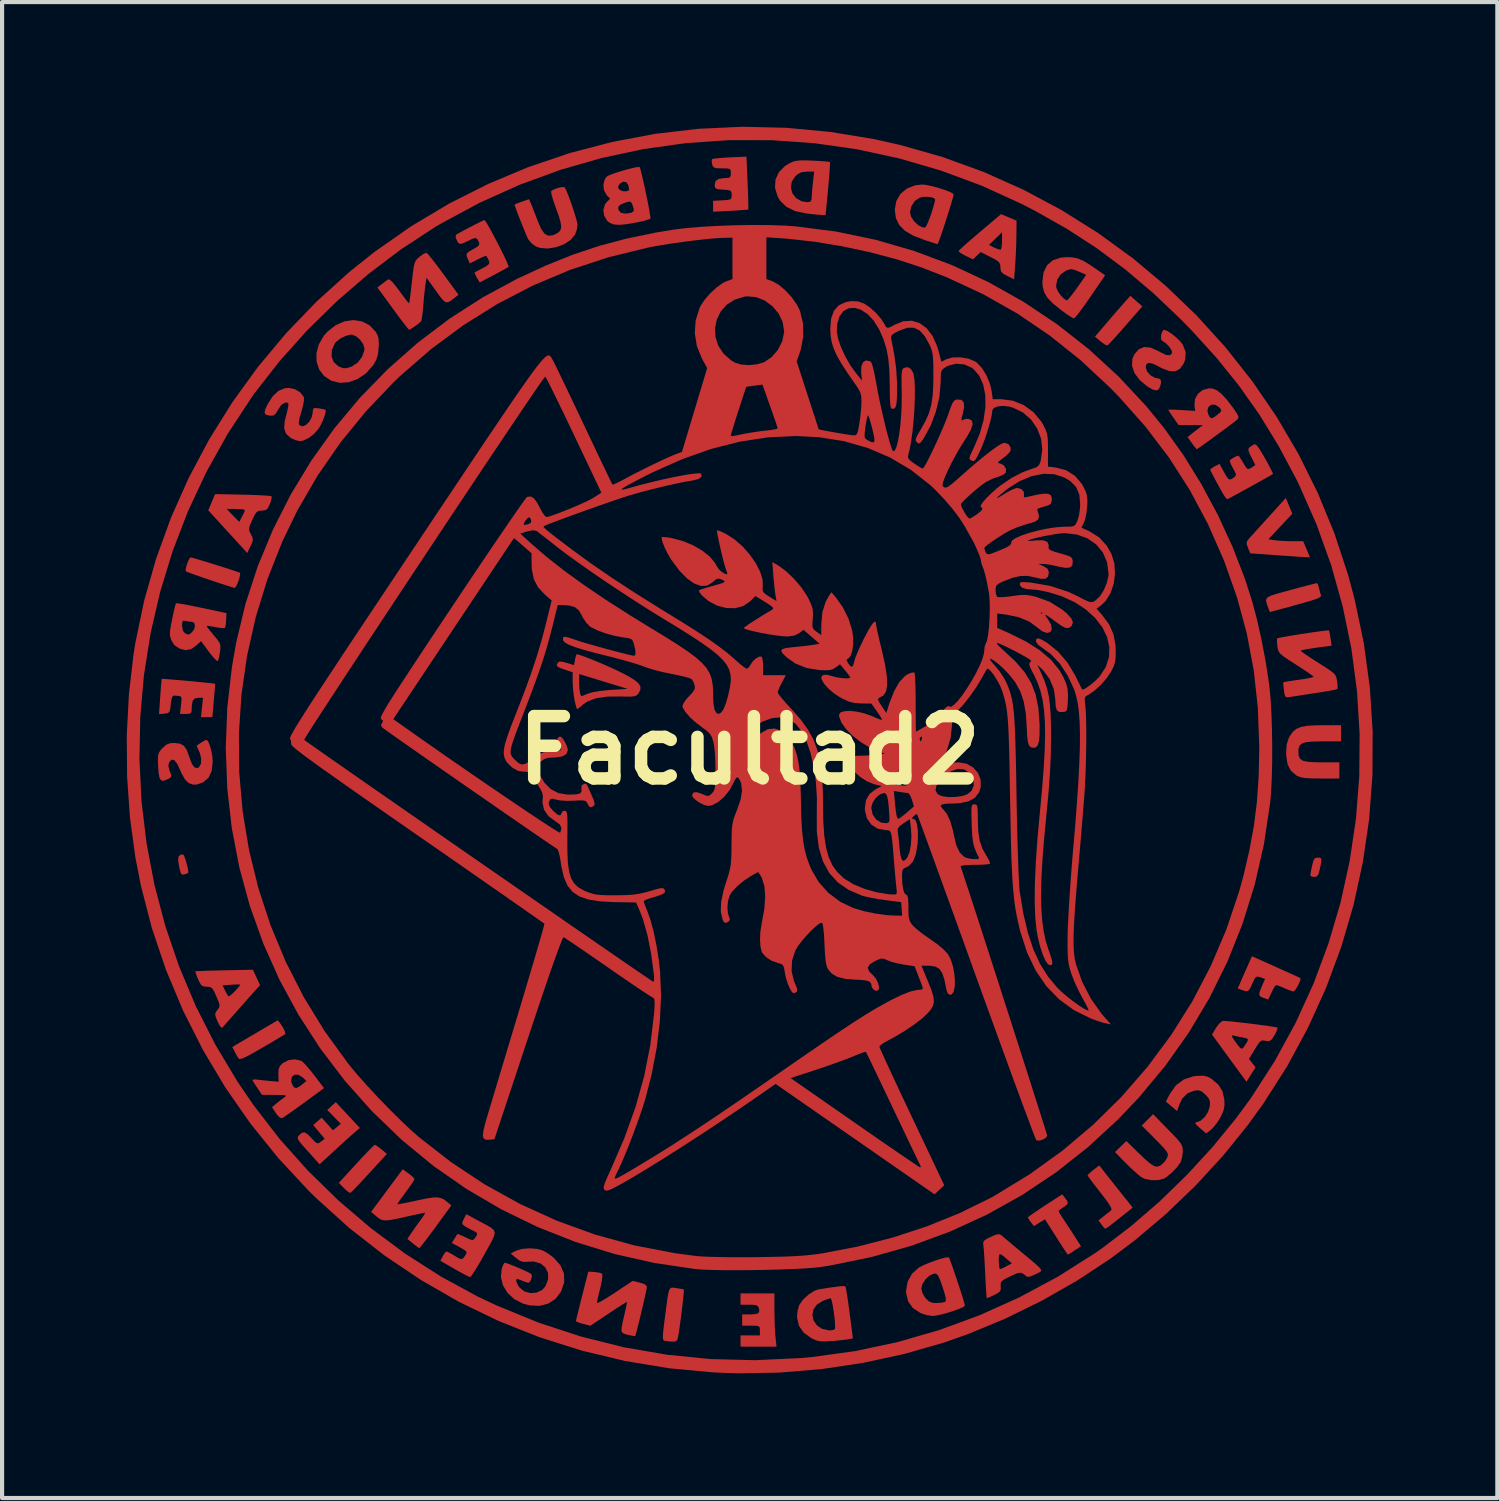
<source format=kicad_pcb>
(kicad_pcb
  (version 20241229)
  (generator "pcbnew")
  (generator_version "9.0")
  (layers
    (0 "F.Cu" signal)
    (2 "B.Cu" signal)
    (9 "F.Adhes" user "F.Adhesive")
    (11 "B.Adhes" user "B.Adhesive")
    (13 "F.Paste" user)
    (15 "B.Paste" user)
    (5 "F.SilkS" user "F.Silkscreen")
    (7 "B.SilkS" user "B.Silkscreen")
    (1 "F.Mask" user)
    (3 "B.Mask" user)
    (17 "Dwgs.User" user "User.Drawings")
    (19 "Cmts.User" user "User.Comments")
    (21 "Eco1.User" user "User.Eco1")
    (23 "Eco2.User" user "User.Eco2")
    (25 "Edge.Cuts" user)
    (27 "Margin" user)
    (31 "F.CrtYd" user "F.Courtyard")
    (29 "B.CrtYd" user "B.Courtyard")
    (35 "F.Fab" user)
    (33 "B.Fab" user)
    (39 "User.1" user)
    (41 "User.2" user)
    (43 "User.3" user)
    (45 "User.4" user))
  (footprint "Facultad2"
    (layer "F.Cu")
    (at 14.982 15.002)
    (property "Reference" "Facultad2" (at 0 0 0) (layer "F.SilkS") (effects (font (size 1.5 1.5) (thickness 0.3))))
    (attr board_only exclude_from_pos_files exclude_from_bom)
    (fp_poly (pts (xy -13.603 2.539) (xy -13.571 2.624) (xy -13.539 2.733) (xy -13.513 2.842) (xy -13.501 2.924) (xy -13.506 2.953) (xy -13.546 2.97) (xy -13.597 2.987) (xy -13.645 2.993) (xy -13.677 2.966) (xy -13.702 2.889) (xy -13.724 2.79) (xy -13.745 2.643) (xy -13.735 2.555) (xy -13.687 2.514) (xy -13.628 2.506)) (stroke (width 0) (type solid)) (fill yes) (layer "F.Cu"))
    (fp_poly (pts (xy 9.31 -10.807) (xy 9.454 -10.68) (xy 9.048 -10.215) (xy 8.908 -10.055) (xy 8.785 -9.918) (xy 8.689 -9.814) (xy 8.628 -9.751) (xy 8.612 -9.738) (xy 8.566 -9.755) (xy 8.486 -9.809) (xy 8.447 -9.84) (xy 8.314 -9.952) (xy 8.592 -10.277) (xy 8.724 -10.431) (xy 8.855 -10.583) (xy 8.967 -10.71) (xy 9.018 -10.768) (xy 9.166 -10.934)) (stroke (width 0) (type solid)) (fill yes) (layer "F.Cu"))
    (fp_poly (pts (xy 13.73 2.586) (xy 13.758 2.608) (xy 13.762 2.664) (xy 13.743 2.771) (xy 13.726 2.853) (xy 13.696 2.97) (xy 13.663 3.028) (xy 13.613 3.048) (xy 13.59 3.049) (xy 13.519 3.036) (xy 13.496 3.012) (xy 13.504 2.955) (xy 13.523 2.851) (xy 13.538 2.779) (xy 13.568 2.662) (xy 13.601 2.603) (xy 13.651 2.584) (xy 13.674 2.583)) (stroke (width 0) (type solid)) (fill yes) (layer "F.Cu"))
    (fp_poly (pts (xy -8.97 9.515) (xy -8.893 9.572) (xy -8.855 9.602) (xy -8.722 9.712) (xy -9.147 10.176) (xy -9.292 10.334) (xy -9.42 10.47) (xy -9.521 10.574) (xy -9.586 10.637) (xy -9.604 10.652) (xy -9.647 10.632) (xy -9.72 10.572) (xy -9.757 10.535) (xy -9.88 10.409) (xy -9.458 9.95) (xy -9.314 9.794) (xy -9.188 9.662) (xy -9.089 9.561) (xy -9.028 9.503) (xy -9.012 9.492)) (stroke (width 0) (type solid)) (fill yes) (layer "F.Cu"))
    (fp_poly (pts (xy -11.277 6.588) (xy -11.217 6.681) (xy -11.177 6.768) (xy -11.168 6.826) (xy -11.172 6.833) (xy -11.208 6.855) (xy -11.3 6.91) (xy -11.435 6.99) (xy -11.603 7.089) (xy -11.717 7.156) (xy -11.938 7.283) (xy -12.1 7.37) (xy -12.209 7.418) (xy -12.27 7.431) (xy -12.285 7.424) (xy -12.327 7.36) (xy -12.379 7.265) (xy -12.382 7.26) (xy -12.443 7.14) (xy -11.895 6.818) (xy -11.348 6.496)) (stroke (width 0) (type solid)) (fill yes) (layer "F.Cu"))
    (fp_poly (pts (xy 13.681 -3.987) (xy 13.702 -3.913) (xy 13.728 -3.808) (xy 13.749 -3.741) (xy 13.753 -3.715) (xy 13.739 -3.691) (xy 13.698 -3.665) (xy 13.621 -3.634) (xy 13.501 -3.595) (xy 13.329 -3.545) (xy 13.096 -3.48) (xy 12.883 -3.423) (xy 12.522 -3.325) (xy 12.49 -3.41) (xy 12.453 -3.511) (xy 12.432 -3.585) (xy 12.437 -3.64) (xy 12.475 -3.684) (xy 12.557 -3.723) (xy 12.691 -3.766) (xy 12.886 -3.82) (xy 13.022 -3.857) (xy 13.228 -3.913) (xy 13.408 -3.96) (xy 13.548 -3.996) (xy 13.635 -4.017) (xy 13.656 -4.021)) (stroke (width 0) (type solid)) (fill yes) (layer "F.Cu"))
    (fp_poly (pts (xy 12.985 -5.88) (xy 13.064 -5.691) (xy 12.776 -5.385) (xy 12.488 -5.078) (xy 12.633 -5.054) (xy 12.748 -5.042) (xy 12.905 -5.033) (xy 13.052 -5.03) (xy 13.325 -5.03) (xy 13.407 -4.835) (xy 13.489 -4.641) (xy 13.367 -4.647) (xy 13.285 -4.652) (xy 13.143 -4.661) (xy 12.958 -4.674) (xy 12.747 -4.688) (xy 12.648 -4.695) (xy 12.052 -4.738) (xy 11.996 -4.871) (xy 11.964 -4.964) (xy 11.971 -5.026) (xy 12.024 -5.096) (xy 12.031 -5.104) (xy 12.089 -5.168) (xy 12.188 -5.277) (xy 12.314 -5.416) (xy 12.457 -5.574) (xy 12.514 -5.637) (xy 12.907 -6.07)) (stroke (width 0) (type solid)) (fill yes) (layer "F.Cu"))
    (fp_poly (pts (xy -13.399 -4.63) (xy -13.294 -4.6) (xy -13.147 -4.556) (xy -12.975 -4.503) (xy -12.792 -4.446) (xy -12.614 -4.39) (xy -12.456 -4.339) (xy -12.336 -4.298) (xy -12.267 -4.274) (xy -12.258 -4.269) (xy -12.254 -4.222) (xy -12.275 -4.135) (xy -12.309 -4.035) (xy -12.347 -3.949) (xy -12.38 -3.907) (xy -12.385 -3.906) (xy -12.435 -3.919) (xy -12.545 -3.953) (xy -12.7 -4.003) (xy -12.887 -4.066) (xy -12.987 -4.099) (xy -13.182 -4.166) (xy -13.35 -4.225) (xy -13.477 -4.271) (xy -13.55 -4.3) (xy -13.562 -4.306) (xy -13.565 -4.353) (xy -13.545 -4.44) (xy -13.511 -4.536) (xy -13.474 -4.613) (xy -13.447 -4.641)) (stroke (width 0) (type solid)) (fill yes) (layer "F.Cu"))
    (fp_poly (pts (xy -1.825 12.932) (xy -1.764 12.941) (xy -1.758 12.942) (xy -1.653 12.958) (xy -1.586 12.972) (xy -1.577 12.976) (xy -1.577 13.017) (xy -1.586 13.118) (xy -1.601 13.264) (xy -1.622 13.439) (xy -1.645 13.626) (xy -1.67 13.811) (xy -1.693 13.976) (xy -1.714 14.105) (xy -1.715 14.108) (xy -1.739 14.195) (xy -1.788 14.227) (xy -1.859 14.23) (xy -1.966 14.221) (xy -2.042 14.209) (xy -2.065 14.196) (xy -2.079 14.164) (xy -2.082 14.102) (xy -2.075 13.997) (xy -2.057 13.838) (xy -2.032 13.64) (xy -1.999 13.388) (xy -1.974 13.202) (xy -1.953 13.073) (xy -1.931 12.992) (xy -1.905 12.948) (xy -1.871 12.931)) (stroke (width 0) (type solid)) (fill yes) (layer "F.Cu"))
    (fp_poly (pts (xy 8.506 10.102) (xy 8.564 10.176) (xy 8.658 10.294) (xy 8.774 10.441) (xy 8.901 10.601) (xy 8.908 10.61) (xy 9.222 11.005) (xy 8.903 11.26) (xy 8.769 11.365) (xy 8.66 11.449) (xy 8.586 11.501) (xy 8.564 11.514) (xy 8.53 11.485) (xy 8.474 11.417) (xy 8.471 11.413) (xy 8.398 11.312) (xy 8.527 11.21) (xy 8.62 11.136) (xy 8.692 11.079) (xy 8.704 11.069) (xy 8.712 11.036) (xy 8.684 10.971) (xy 8.616 10.866) (xy 8.502 10.714) (xy 8.445 10.642) (xy 8.329 10.493) (xy 8.233 10.367) (xy 8.166 10.276) (xy 8.137 10.23) (xy 8.137 10.229) (xy 8.165 10.193) (xy 8.236 10.13) (xy 8.277 10.097) (xy 8.417 9.99)) (stroke (width 0) (type solid)) (fill yes) (layer "F.Cu"))
    (fp_poly (pts (xy 0.602 13.471) (xy 0.605 13.673) (xy 0.611 13.876) (xy 0.621 14.049) (xy 0.627 14.112) (xy 0.652 14.351) (xy 0.219 14.351) (xy -0.214 14.351) (xy -0.214 14.215) (xy -0.214 14.079) (xy 0.019 14.079) (xy 0.252 14.079) (xy 0.252 13.962) (xy 0.249 13.896) (xy 0.225 13.861) (xy 0.163 13.848) (xy 0.042 13.846) (xy 0.039 13.846) (xy -0.175 13.846) (xy -0.175 13.71) (xy -0.175 13.574) (xy 0.017 13.574) (xy 0.15 13.567) (xy 0.219 13.542) (xy 0.238 13.488) (xy 0.227 13.425) (xy 0.204 13.376) (xy 0.154 13.35) (xy 0.057 13.341) (xy -0.005 13.341) (xy -0.214 13.341) (xy -0.214 13.205) (xy -0.214 13.069) (xy 0.194 13.069) (xy 0.602 13.069)) (stroke (width 0) (type solid)) (fill yes) (layer "F.Cu"))
    (fp_poly (pts (xy -9.663 8.777) (xy -9.373 9.088) (xy -9.509 9.204) (xy -9.592 9.278) (xy -9.715 9.388) (xy -9.861 9.52) (xy -9.993 9.642) (xy -10.342 9.962) (xy -10.623 9.65) (xy -10.746 9.513) (xy -10.824 9.419) (xy -10.863 9.358) (xy -10.87 9.317) (xy -10.852 9.282) (xy -10.835 9.262) (xy -10.765 9.202) (xy -10.7 9.196) (xy -10.621 9.246) (xy -10.535 9.335) (xy -10.454 9.421) (xy -10.403 9.457) (xy -10.359 9.451) (xy -10.31 9.417) (xy -10.22 9.349) (xy -10.358 9.183) (xy -10.496 9.017) (xy -10.394 8.929) (xy -10.292 8.841) (xy -10.156 8.993) (xy -10.02 9.145) (xy -9.926 9.066) (xy -9.833 8.988) (xy -9.995 8.822) (xy -10.158 8.656) (xy -10.056 8.562) (xy -9.953 8.467)) (stroke (width 0) (type solid)) (fill yes) (layer "F.Cu"))
    (fp_poly (pts (xy 7.598 10.775) (xy 7.657 10.86) (xy 7.656 10.918) (xy 7.591 10.975) (xy 7.554 10.997) (xy 7.476 11.049) (xy 7.438 11.085) (xy 7.437 11.087) (xy 7.457 11.128) (xy 7.509 11.213) (xy 7.568 11.302) (xy 7.664 11.447) (xy 7.772 11.612) (xy 7.838 11.715) (xy 7.978 11.934) (xy 7.825 12.036) (xy 7.733 12.095) (xy 7.673 12.131) (xy 7.662 12.136) (xy 7.638 12.105) (xy 7.581 12.021) (xy 7.499 11.895) (xy 7.4 11.741) (xy 7.381 11.711) (xy 7.11 11.286) (xy 6.978 11.368) (xy 6.845 11.45) (xy 6.773 11.357) (xy 6.722 11.284) (xy 6.7 11.242) (xy 6.731 11.214) (xy 6.814 11.154) (xy 6.939 11.068) (xy 7.092 10.967) (xy 7.113 10.953) (xy 7.526 10.685)) (stroke (width 0) (type solid)) (fill yes) (layer "F.Cu"))
    (fp_poly (pts (xy 14.234 -0.408) (xy 14.234 -0.214) (xy 13.795 -0.214) (xy 13.568 -0.21) (xy 13.408 -0.196) (xy 13.303 -0.168) (xy 13.242 -0.119) (xy 13.215 -0.047) (xy 13.209 0.039) (xy 13.217 0.138) (xy 13.251 0.208) (xy 13.32 0.253) (xy 13.436 0.278) (xy 13.611 0.289) (xy 13.775 0.291) (xy 14.195 0.291) (xy 14.195 0.485) (xy 14.195 0.68) (xy 13.739 0.68) (xy 13.532 0.677) (xy 13.386 0.67) (xy 13.284 0.655) (xy 13.208 0.63) (xy 13.158 0.604) (xy 13.028 0.492) (xy 12.949 0.339) (xy 12.916 0.135) (xy 12.914 0.056) (xy 12.928 -0.136) (xy 12.974 -0.287) (xy 12.998 -0.333) (xy 13.069 -0.437) (xy 13.154 -0.512) (xy 13.269 -0.56) (xy 13.426 -0.589) (xy 13.639 -0.601) (xy 13.784 -0.602) (xy 14.234 -0.602)) (stroke (width 0) (type solid)) (fill yes) (layer "F.Cu"))
    (fp_poly (pts (xy 11.013 7.85) (xy 11.106 7.898) (xy 11.123 7.91) (xy 11.287 8.05) (xy 11.384 8.208) (xy 11.427 8.405) (xy 11.428 8.417) (xy 11.431 8.556) (xy 11.406 8.673) (xy 11.346 8.809) (xy 11.334 8.831) (xy 11.253 8.962) (xy 11.162 9.077) (xy 11.107 9.13) (xy 10.99 9.22) (xy 10.835 9.087) (xy 10.749 9.007) (xy 10.725 8.964) (xy 10.748 8.954) (xy 10.852 8.917) (xy 10.954 8.827) (xy 11.035 8.704) (xy 11.076 8.575) (xy 11.083 8.465) (xy 11.058 8.386) (xy 10.988 8.303) (xy 10.975 8.289) (xy 10.886 8.211) (xy 10.81 8.182) (xy 10.712 8.188) (xy 10.543 8.253) (xy 10.414 8.382) (xy 10.342 8.531) (xy 10.291 8.682) (xy 10.156 8.568) (xy 10.02 8.453) (xy 10.117 8.267) (xy 10.263 8.062) (xy 10.454 7.92) (xy 10.683 7.845) (xy 10.768 7.835) (xy 10.912 7.831)) (stroke (width 0) (type solid)) (fill yes) (layer "F.Cu"))
    (fp_poly (pts (xy 10.07 9.121) (xy 10.217 9.272) (xy 10.317 9.381) (xy 10.379 9.461) (xy 10.412 9.526) (xy 10.426 9.588) (xy 10.428 9.648) (xy 10.415 9.78) (xy 10.381 9.898) (xy 10.373 9.915) (xy 10.292 10.029) (xy 10.174 10.154) (xy 10.047 10.261) (xy 9.974 10.307) (xy 9.836 10.344) (xy 9.669 10.345) (xy 9.51 10.311) (xy 9.438 10.277) (xy 9.359 10.216) (xy 9.246 10.117) (xy 9.118 9.995) (xy 9.058 9.936) (xy 8.796 9.668) (xy 8.933 9.535) (xy 9.07 9.402) (xy 9.351 9.678) (xy 9.515 9.835) (xy 9.637 9.94) (xy 9.729 10) (xy 9.801 10.02) (xy 9.864 10.005) (xy 9.918 9.972) (xy 10.004 9.884) (xy 10.057 9.792) (xy 10.069 9.744) (xy 10.062 9.697) (xy 10.027 9.638) (xy 9.958 9.556) (xy 9.845 9.438) (xy 9.767 9.359) (xy 9.439 9.03) (xy 9.576 8.893) (xy 9.713 8.756)) (stroke (width 0) (type solid)) (fill yes) (layer "F.Cu"))
    (fp_poly (pts (xy -12.188 -6.15) (xy -11.968 -6.144) (xy -11.776 -6.136) (xy -11.624 -6.127) (xy -11.527 -6.118) (xy -11.497 -6.111) (xy -11.496 -6.064) (xy -11.52 -5.973) (xy -11.537 -5.928) (xy -11.585 -5.827) (xy -11.635 -5.78) (xy -11.713 -5.768) (xy -11.73 -5.767) (xy -11.804 -5.761) (xy -11.856 -5.732) (xy -11.904 -5.664) (xy -11.961 -5.546) (xy -12.015 -5.422) (xy -12.039 -5.344) (xy -12.035 -5.284) (xy -12.005 -5.217) (xy -11.994 -5.197) (xy -11.955 -5.115) (xy -11.948 -5.052) (xy -11.974 -4.973) (xy -12.005 -4.908) (xy -12.083 -4.746) (xy -12.552 -5.259) (xy -13.021 -5.773) (xy -13.007 -5.806) (xy -12.58 -5.806) (xy -12.428 -5.65) (xy -12.275 -5.494) (xy -12.208 -5.621) (xy -12.163 -5.712) (xy -12.139 -5.772) (xy -12.138 -5.777) (xy -12.173 -5.793) (xy -12.263 -5.803) (xy -12.358 -5.806) (xy -12.58 -5.806) (xy -13.007 -5.806) (xy -12.939 -5.968) (xy -12.856 -6.164)) (stroke (width 0) (type solid)) (fill yes) (layer "F.Cu"))
    (fp_poly (pts (xy 6.242 -12.821) (xy 6.428 -12.743) (xy 6.424 -12.372) (xy 6.419 -12.156) (xy 6.409 -11.918) (xy 6.397 -11.704) (xy 6.394 -11.666) (xy 6.369 -11.332) (xy 6.204 -11.412) (xy 6.102 -11.469) (xy 6.053 -11.524) (xy 6.04 -11.601) (xy 6.039 -11.62) (xy 6.033 -11.691) (xy 6.005 -11.743) (xy 5.939 -11.794) (xy 5.819 -11.859) (xy 5.802 -11.867) (xy 5.565 -11.987) (xy 5.471 -11.899) (xy 5.378 -11.811) (xy 5.204 -11.896) (xy 5.104 -11.95) (xy 5.043 -11.994) (xy 5.033 -12.01) (xy 5.062 -12.044) (xy 5.141 -12.118) (xy 5.187 -12.159) (xy 5.766 -12.159) (xy 5.893 -12.093) (xy 5.983 -12.055) (xy 6.043 -12.044) (xy 6.049 -12.046) (xy 6.066 -12.092) (xy 6.076 -12.189) (xy 6.078 -12.264) (xy 6.078 -12.463) (xy 5.922 -12.311) (xy 5.766 -12.159) (xy 5.187 -12.159) (xy 5.261 -12.225) (xy 5.411 -12.355) (xy 5.546 -12.47) (xy 6.056 -12.9)) (stroke (width 0) (type solid)) (fill yes) (layer "F.Cu"))
    (fp_poly (pts (xy 1.386 -14.192) (xy 1.523 -14.187) (xy 1.69 -14.178) (xy 1.826 -14.168) (xy 1.914 -14.159) (xy 1.938 -14.153) (xy 1.939 -14.111) (xy 1.934 -14.005) (xy 1.923 -13.848) (xy 1.906 -13.653) (xy 1.893 -13.506) (xy 1.833 -12.875) (xy 1.732 -12.88) (xy 1.641 -12.887) (xy 1.505 -12.9) (xy 1.368 -12.916) (xy 1.097 -12.973) (xy 0.887 -13.077) (xy 0.735 -13.228) (xy 0.679 -13.324) (xy 0.616 -13.531) (xy 0.616 -13.535) (xy 0.997 -13.535) (xy 1.035 -13.399) (xy 1.123 -13.285) (xy 1.255 -13.209) (xy 1.388 -13.187) (xy 1.467 -13.198) (xy 1.495 -13.252) (xy 1.497 -13.292) (xy 1.503 -13.386) (xy 1.514 -13.526) (xy 1.528 -13.661) (xy 1.558 -13.923) (xy 1.387 -13.923) (xy 1.256 -13.91) (xy 1.158 -13.858) (xy 1.104 -13.81) (xy 1.018 -13.678) (xy 0.997 -13.535) (xy 0.616 -13.535) (xy 0.627 -13.73) (xy 0.709 -13.909) (xy 0.857 -14.059) (xy 0.963 -14.123) (xy 1.046 -14.161) (xy 1.131 -14.183) (xy 1.237 -14.193)) (stroke (width 0) (type solid)) (fill yes) (layer "F.Cu"))
    (fp_poly (pts (xy 7.784 -11.858) (xy 7.906 -11.831) (xy 8.032 -11.777) (xy 8.182 -11.688) (xy 8.338 -11.582) (xy 8.558 -11.427) (xy 8.203 -10.908) (xy 8.081 -10.733) (xy 7.972 -10.583) (xy 7.885 -10.469) (xy 7.826 -10.403) (xy 7.808 -10.389) (xy 7.761 -10.411) (xy 7.668 -10.47) (xy 7.548 -10.555) (xy 7.497 -10.593) (xy 7.306 -10.747) (xy 7.175 -10.882) (xy 7.096 -11.011) (xy 7.057 -11.15) (xy 7.055 -11.179) (xy 7.379 -11.179) (xy 7.387 -11.123) (xy 7.424 -11.039) (xy 7.489 -10.947) (xy 7.562 -10.87) (xy 7.625 -10.828) (xy 7.644 -10.827) (xy 7.681 -10.862) (xy 7.75 -10.947) (xy 7.84 -11.066) (xy 7.892 -11.139) (xy 8.104 -11.439) (xy 7.928 -11.517) (xy 7.815 -11.562) (xy 7.737 -11.575) (xy 7.658 -11.556) (xy 7.612 -11.537) (xy 7.489 -11.45) (xy 7.407 -11.322) (xy 7.379 -11.179) (xy 7.055 -11.179) (xy 7.049 -11.271) (xy 7.077 -11.498) (xy 7.162 -11.671) (xy 7.301 -11.79) (xy 7.495 -11.854) (xy 7.648 -11.865)) (stroke (width 0) (type solid)) (fill yes) (layer "F.Cu"))
    (fp_poly (pts (xy 12.668 5.214) (xy 12.862 5.302) (xy 13.031 5.378) (xy 13.161 5.437) (xy 13.241 5.474) (xy 13.26 5.484) (xy 13.258 5.524) (xy 13.228 5.603) (xy 13.181 5.694) (xy 13.132 5.77) (xy 13.095 5.805) (xy 13.092 5.805) (xy 13.034 5.79) (xy 12.934 5.751) (xy 12.88 5.728) (xy 12.773 5.682) (xy 12.695 5.655) (xy 12.675 5.651) (xy 12.64 5.684) (xy 12.592 5.767) (xy 12.564 5.826) (xy 12.519 5.926) (xy 12.487 5.988) (xy 12.478 5.997) (xy 12.438 5.983) (xy 12.357 5.954) (xy 12.295 5.926) (xy 12.268 5.888) (xy 12.275 5.822) (xy 12.317 5.711) (xy 12.345 5.645) (xy 12.407 5.503) (xy 12.295 5.463) (xy 12.228 5.445) (xy 12.184 5.458) (xy 12.145 5.515) (xy 12.1 5.615) (xy 12.046 5.733) (xy 12 5.79) (xy 11.942 5.798) (xy 11.853 5.77) (xy 11.849 5.769) (xy 11.75 5.731) (xy 11.822 5.565) (xy 11.88 5.433) (xy 11.95 5.274) (xy 11.993 5.177) (xy 12.092 4.956)) (stroke (width 0) (type solid)) (fill yes) (layer "F.Cu"))
    (fp_poly (pts (xy -14.102 -1.717) (xy -14.001 -1.71) (xy -13.856 -1.698) (xy -13.679 -1.683) (xy -13.488 -1.666) (xy -13.298 -1.648) (xy -13.124 -1.631) (xy -12.982 -1.616) (xy -12.887 -1.605) (xy -12.854 -1.599) (xy -12.857 -1.56) (xy -12.865 -1.46) (xy -12.877 -1.316) (xy -12.888 -1.194) (xy -12.922 -0.796) (xy -13.059 -0.796) (xy -13.197 -0.796) (xy -13.172 -1.029) (xy -13.148 -1.262) (xy -13.26 -1.262) (xy -13.348 -1.246) (xy -13.397 -1.187) (xy -13.417 -1.072) (xy -13.419 -1.007) (xy -13.424 -0.919) (xy -13.457 -0.882) (xy -13.541 -0.874) (xy -13.56 -0.874) (xy -13.701 -0.874) (xy -13.676 -1.087) (xy -13.664 -1.21) (xy -13.669 -1.275) (xy -13.695 -1.301) (xy -13.729 -1.307) (xy -13.819 -1.314) (xy -13.855 -1.317) (xy -13.89 -1.282) (xy -13.915 -1.176) (xy -13.923 -1.107) (xy -13.937 -0.985) (xy -13.958 -0.92) (xy -13.999 -0.892) (xy -14.074 -0.881) (xy -14.205 -0.868) (xy -14.177 -1.289) (xy -14.164 -1.46) (xy -14.153 -1.599) (xy -14.145 -1.69) (xy -14.14 -1.718)) (stroke (width 0) (type solid)) (fill yes) (layer "F.Cu"))
    (fp_poly (pts (xy -0.044 -13.651) (xy -0.035 -13.439) (xy -0.029 -13.256) (xy -0.026 -13.115) (xy -0.026 -13.03) (xy -0.028 -13.011) (xy -0.069 -13.005) (xy -0.171 -12.997) (xy -0.318 -12.987) (xy -0.456 -12.979) (xy -0.874 -12.957) (xy -0.874 -13.089) (xy -0.874 -13.22) (xy -0.651 -13.232) (xy -0.525 -13.241) (xy -0.458 -13.256) (xy -0.432 -13.29) (xy -0.427 -13.353) (xy -0.427 -13.36) (xy -0.432 -13.428) (xy -0.458 -13.464) (xy -0.526 -13.481) (xy -0.631 -13.488) (xy -0.75 -13.498) (xy -0.81 -13.517) (xy -0.832 -13.556) (xy -0.835 -13.61) (xy -0.815 -13.695) (xy -0.746 -13.745) (xy -0.617 -13.766) (xy -0.553 -13.768) (xy -0.477 -13.779) (xy -0.45 -13.828) (xy -0.447 -13.885) (xy -0.45 -13.951) (xy -0.474 -13.986) (xy -0.537 -13.999) (xy -0.658 -14.001) (xy -0.66 -14.001) (xy -0.783 -14.004) (xy -0.851 -14.02) (xy -0.884 -14.057) (xy -0.897 -14.1) (xy -0.908 -14.182) (xy -0.898 -14.223) (xy -0.851 -14.234) (xy -0.745 -14.247) (xy -0.595 -14.258) (xy -0.472 -14.265) (xy -0.071 -14.283)) (stroke (width 0) (type solid)) (fill yes) (layer "F.Cu"))
    (fp_poly (pts (xy -9.325 -10.32) (xy -9.143 -10.227) (xy -8.997 -10.074) (xy -8.946 -9.987) (xy -8.922 -9.897) (xy -8.917 -9.774) (xy -8.921 -9.69) (xy -8.937 -9.528) (xy -8.974 -9.404) (xy -9.042 -9.282) (xy -9.062 -9.253) (xy -9.227 -9.068) (xy -9.424 -8.934) (xy -9.639 -8.856) (xy -9.856 -8.84) (xy -10.059 -8.89) (xy -10.234 -9.006) (xy -10.353 -9.163) (xy -10.415 -9.351) (xy -10.417 -9.474) (xy -10.054 -9.474) (xy -10.001 -9.338) (xy -9.891 -9.239) (xy -9.883 -9.235) (xy -9.786 -9.195) (xy -9.7 -9.192) (xy -9.589 -9.226) (xy -9.554 -9.241) (xy -9.422 -9.331) (xy -9.32 -9.467) (xy -9.267 -9.618) (xy -9.263 -9.664) (xy -9.293 -9.771) (xy -9.369 -9.879) (xy -9.469 -9.964) (xy -9.568 -10.001) (xy -9.574 -10.001) (xy -9.701 -9.975) (xy -9.837 -9.911) (xy -9.946 -9.827) (xy -9.974 -9.793) (xy -10.046 -9.631) (xy -10.054 -9.474) (xy -10.417 -9.474) (xy -10.418 -9.555) (xy -10.361 -9.765) (xy -10.244 -9.968) (xy -10.153 -10.072) (xy -9.956 -10.227) (xy -9.744 -10.32) (xy -9.53 -10.351)) (stroke (width 0) (type solid)) (fill yes) (layer "F.Cu"))
    (fp_poly (pts (xy 10.053 -10.091) (xy 10.157 -10.024) (xy 10.269 -9.933) (xy 10.369 -9.835) (xy 10.429 -9.757) (xy 10.497 -9.581) (xy 10.487 -9.403) (xy 10.447 -9.301) (xy 10.356 -9.176) (xy 10.241 -9.117) (xy 10.098 -9.124) (xy 9.917 -9.195) (xy 9.858 -9.228) (xy 9.707 -9.302) (xy 9.605 -9.322) (xy 9.55 -9.286) (xy 9.535 -9.209) (xy 9.568 -9.114) (xy 9.648 -9.024) (xy 9.75 -8.964) (xy 9.81 -8.952) (xy 9.883 -8.934) (xy 9.906 -8.871) (xy 9.89 -8.774) (xy 9.85 -8.686) (xy 9.789 -8.656) (xy 9.694 -8.683) (xy 9.572 -8.755) (xy 9.39 -8.908) (xy 9.266 -9.075) (xy 9.206 -9.249) (xy 9.214 -9.417) (xy 9.261 -9.526) (xy 9.368 -9.648) (xy 9.497 -9.702) (xy 9.652 -9.688) (xy 9.839 -9.605) (xy 9.884 -9.579) (xy 10.025 -9.511) (xy 10.12 -9.504) (xy 10.171 -9.557) (xy 10.16 -9.62) (xy 10.106 -9.704) (xy 10.028 -9.786) (xy 9.947 -9.843) (xy 9.932 -9.849) (xy 9.904 -9.893) (xy 9.904 -9.974) (xy 9.926 -10.058) (xy 9.963 -10.112) (xy 9.98 -10.117)) (stroke (width 0) (type solid)) (fill yes) (layer "F.Cu"))
    (fp_poly (pts (xy 11.451 6.514) (xy 11.568 6.524) (xy 11.728 6.54) (xy 11.914 6.561) (xy 12.111 6.585) (xy 12.303 6.61) (xy 12.474 6.633) (xy 12.609 6.654) (xy 12.691 6.67) (xy 12.709 6.676) (xy 12.701 6.716) (xy 12.664 6.8) (xy 12.635 6.853) (xy 12.575 6.95) (xy 12.523 6.993) (xy 12.457 6.997) (xy 12.423 6.992) (xy 12.365 6.982) (xy 12.321 6.988) (xy 12.279 7.019) (xy 12.228 7.088) (xy 12.154 7.206) (xy 12.105 7.287) (xy 12.02 7.427) (xy 12.099 7.527) (xy 12.178 7.628) (xy 12.069 7.803) (xy 11.96 7.978) (xy 11.545 7.41) (xy 11.159 6.881) (xy 11.608 6.881) (xy 11.64 6.939) (xy 11.715 7.044) (xy 11.743 7.082) (xy 11.807 7.161) (xy 11.846 7.184) (xy 11.88 7.16) (xy 11.895 7.14) (xy 11.956 7.051) (xy 11.985 7.002) (xy 11.997 6.957) (xy 11.959 6.93) (xy 11.875 6.912) (xy 11.758 6.89) (xy 11.665 6.869) (xy 11.656 6.867) (xy 11.615 6.861) (xy 11.608 6.881) (xy 11.159 6.881) (xy 11.13 6.842) (xy 11.225 6.683) (xy 11.295 6.586) (xy 11.366 6.524) (xy 11.391 6.513)) (stroke (width 0) (type solid)) (fill yes) (layer "F.Cu"))
    (fp_poly (pts (xy -8.201 10.184) (xy -8.115 10.252) (xy -8.065 10.306) (xy -8.059 10.319) (xy -8.081 10.364) (xy -8.14 10.454) (xy -8.225 10.573) (xy -8.27 10.633) (xy -8.362 10.757) (xy -8.431 10.856) (xy -8.467 10.914) (xy -8.469 10.924) (xy -8.429 10.92) (xy -8.328 10.902) (xy -8.182 10.873) (xy -8.006 10.834) (xy -8.003 10.834) (xy -7.782 10.787) (xy -7.621 10.762) (xy -7.503 10.758) (xy -7.412 10.778) (xy -7.332 10.821) (xy -7.275 10.865) (xy -7.172 10.952) (xy -7.547 11.466) (xy -7.674 11.638) (xy -7.785 11.785) (xy -7.872 11.898) (xy -7.927 11.965) (xy -7.942 11.979) (xy -7.981 11.957) (xy -8.057 11.9) (xy -8.096 11.868) (xy -8.23 11.757) (xy -8.129 11.607) (xy -8.041 11.481) (xy -7.941 11.342) (xy -7.904 11.292) (xy -7.84 11.201) (xy -7.806 11.141) (xy -7.805 11.127) (xy -7.851 11.135) (xy -7.956 11.157) (xy -8.105 11.189) (xy -8.261 11.224) (xy -8.479 11.272) (xy -8.636 11.302) (xy -8.748 11.313) (xy -8.829 11.305) (xy -8.894 11.278) (xy -8.958 11.231) (xy -8.979 11.213) (xy -9.103 11.108) (xy -8.723 10.595) (xy -8.342 10.083)) (stroke (width 0) (type solid)) (fill yes) (layer "F.Cu"))
    (fp_poly (pts (xy -4.453 -13.55) (xy -4.446 -13.545) (xy -4.411 -13.481) (xy -4.362 -13.363) (xy -4.305 -13.21) (xy -4.247 -13.042) (xy -4.195 -12.88) (xy -4.156 -12.744) (xy -4.137 -12.653) (xy -4.136 -12.64) (xy -4.155 -12.517) (xy -4.195 -12.408) (xy -4.301 -12.279) (xy -4.46 -12.176) (xy -4.65 -12.105) (xy -4.85 -12.072) (xy -5.035 -12.086) (xy -5.138 -12.122) (xy -5.243 -12.198) (xy -5.322 -12.294) (xy -5.325 -12.3) (xy -5.357 -12.37) (xy -5.405 -12.485) (xy -5.463 -12.629) (xy -5.524 -12.781) (xy -5.58 -12.926) (xy -5.623 -13.043) (xy -5.648 -13.114) (xy -5.651 -13.127) (xy -5.618 -13.145) (xy -5.533 -13.179) (xy -5.476 -13.199) (xy -5.301 -13.259) (xy -5.249 -13.135) (xy -5.21 -13.037) (xy -5.155 -12.896) (xy -5.095 -12.74) (xy -5.09 -12.726) (xy -5.01 -12.543) (xy -4.932 -12.431) (xy -4.846 -12.381) (xy -4.742 -12.388) (xy -4.66 -12.421) (xy -4.584 -12.467) (xy -4.54 -12.526) (xy -4.529 -12.61) (xy -4.55 -12.732) (xy -4.603 -12.902) (xy -4.663 -13.065) (xy -4.718 -13.221) (xy -4.756 -13.35) (xy -4.772 -13.434) (xy -4.769 -13.458) (xy -4.703 -13.495) (xy -4.608 -13.529) (xy -4.514 -13.55)) (stroke (width 0) (type solid)) (fill yes) (layer "F.Cu"))
    (fp_poly (pts (xy 2.309 12.898) (xy 2.309 12.898) (xy 2.321 12.942) (xy 2.34 13.05) (xy 2.365 13.207) (xy 2.392 13.401) (xy 2.41 13.535) (xy 2.49 14.15) (xy 2.381 14.172) (xy 2.288 14.185) (xy 2.147 14.201) (xy 1.987 14.216) (xy 1.97 14.217) (xy 1.808 14.226) (xy 1.694 14.221) (xy 1.601 14.198) (xy 1.501 14.152) (xy 1.496 14.15) (xy 1.312 14.019) (xy 1.194 13.853) (xy 1.147 13.657) (xy 1.146 13.624) (xy 1.149 13.589) (xy 1.516 13.589) (xy 1.544 13.721) (xy 1.622 13.836) (xy 1.746 13.921) (xy 1.912 13.959) (xy 1.93 13.96) (xy 2.015 13.949) (xy 2.057 13.926) (xy 2.063 13.872) (xy 2.058 13.768) (xy 2.045 13.632) (xy 2.025 13.486) (xy 2.003 13.35) (xy 1.98 13.244) (xy 1.96 13.189) (xy 1.955 13.185) (xy 1.903 13.199) (xy 1.808 13.232) (xy 1.763 13.25) (xy 1.622 13.339) (xy 1.54 13.457) (xy 1.516 13.589) (xy 1.149 13.589) (xy 1.159 13.49) (xy 1.191 13.368) (xy 1.202 13.345) (xy 1.295 13.214) (xy 1.425 13.095) (xy 1.564 13.006) (xy 1.659 12.974) (xy 1.93 12.93) (xy 2.13 12.903) (xy 2.256 12.892)) (stroke (width 0) (type solid)) (fill yes) (layer "F.Cu"))
    (fp_poly (pts (xy 4.258 -13.601) (xy 4.394 -13.573) (xy 4.545 -13.532) (xy 4.691 -13.485) (xy 4.813 -13.438) (xy 4.893 -13.397) (xy 4.913 -13.373) (xy 4.902 -13.319) (xy 4.872 -13.209) (xy 4.827 -13.061) (xy 4.773 -12.889) (xy 4.715 -12.707) (xy 4.657 -12.531) (xy 4.604 -12.376) (xy 4.562 -12.257) (xy 4.534 -12.19) (xy 4.527 -12.18) (xy 4.482 -12.192) (xy 4.383 -12.223) (xy 4.25 -12.265) (xy 4.224 -12.273) (xy 3.949 -12.378) (xy 3.744 -12.497) (xy 3.605 -12.637) (xy 3.525 -12.803) (xy 3.506 -12.94) (xy 3.864 -12.94) (xy 3.893 -12.832) (xy 3.966 -12.723) (xy 4.063 -12.633) (xy 4.165 -12.581) (xy 4.231 -12.579) (xy 4.258 -12.617) (xy 4.302 -12.713) (xy 4.353 -12.847) (xy 4.375 -12.911) (xy 4.422 -13.059) (xy 4.454 -13.179) (xy 4.468 -13.251) (xy 4.466 -13.263) (xy 4.406 -13.299) (xy 4.301 -13.317) (xy 4.181 -13.314) (xy 4.098 -13.296) (xy 3.981 -13.218) (xy 3.897 -13.091) (xy 3.864 -12.942) (xy 3.864 -12.94) (xy 3.506 -12.94) (xy 3.498 -13.001) (xy 3.498 -13.011) (xy 3.534 -13.214) (xy 3.633 -13.385) (xy 3.786 -13.514) (xy 3.983 -13.592) (xy 4.156 -13.612)) (stroke (width 0) (type solid)) (fill yes) (layer "F.Cu"))
    (fp_poly (pts (xy -10.784 7.473) (xy -10.776 7.477) (xy -10.722 7.524) (xy -10.635 7.618) (xy -10.531 7.743) (xy -10.469 7.823) (xy -10.236 8.13) (xy -10.716 8.482) (xy -10.887 8.606) (xy -11.038 8.714) (xy -11.157 8.796) (xy -11.232 8.845) (xy -11.249 8.855) (xy -11.303 8.837) (xy -11.372 8.763) (xy -11.394 8.731) (xy -11.487 8.588) (xy -11.393 8.508) (xy -11.29 8.425) (xy -11.203 8.362) (xy -11.16 8.329) (xy -11.152 8.31) (xy -11.191 8.299) (xy -11.289 8.295) (xy -11.418 8.293) (xy -11.729 8.291) (xy -11.826 8.146) (xy -11.892 8.047) (xy -11.942 7.971) (xy -11.953 7.955) (xy -11.952 7.925) (xy -11.888 7.92) (xy -11.856 7.924) (xy -11.74 7.937) (xy -11.593 7.952) (xy -11.528 7.958) (xy -11.327 7.977) (xy -11.328 7.959) (xy -11.027 7.959) (xy -11.003 8.04) (xy -10.956 8.114) (xy -10.897 8.127) (xy -10.812 8.081) (xy -10.767 8.046) (xy -10.659 7.957) (xy -10.754 7.869) (xy -10.858 7.806) (xy -10.949 7.808) (xy -11.011 7.863) (xy -11.027 7.959) (xy -11.328 7.959) (xy -11.334 7.801) (xy -11.33 7.68) (xy -11.298 7.599) (xy -11.232 7.531) (xy -11.094 7.458) (xy -10.933 7.437)) (stroke (width 0) (type solid)) (fill yes) (layer "F.Cu"))
    (fp_poly (pts (xy -6.506 11.328) (xy -6.342 11.415) (xy -6.226 11.481) (xy -6.155 11.539) (xy -6.128 11.603) (xy -6.142 11.686) (xy -6.195 11.803) (xy -6.284 11.965) (xy -6.377 12.132) (xy -6.482 12.316) (xy -6.576 12.474) (xy -6.652 12.593) (xy -6.703 12.664) (xy -6.719 12.677) (xy -6.767 12.658) (xy -6.866 12.608) (xy -6.999 12.536) (xy -7.097 12.48) (xy -7.435 12.285) (xy -7.377 12.172) (xy -7.33 12.095) (xy -7.293 12.06) (xy -7.291 12.059) (xy -7.244 12.078) (xy -7.156 12.126) (xy -7.107 12.155) (xy -6.999 12.22) (xy -6.935 12.244) (xy -6.893 12.229) (xy -6.85 12.174) (xy -6.84 12.158) (xy -6.808 12.103) (xy -6.81 12.063) (xy -6.858 12.023) (xy -6.962 11.964) (xy -6.97 11.959) (xy -7.161 11.855) (xy -7.097 11.753) (xy -7.051 11.678) (xy -7.027 11.64) (xy -7.027 11.64) (xy -6.991 11.649) (xy -6.908 11.684) (xy -6.837 11.717) (xy -6.729 11.768) (xy -6.668 11.785) (xy -6.631 11.77) (xy -6.599 11.731) (xy -6.552 11.654) (xy -6.563 11.607) (xy -6.64 11.563) (xy -6.651 11.558) (xy -6.763 11.501) (xy -6.846 11.453) (xy -6.902 11.409) (xy -6.91 11.364) (xy -6.875 11.283) (xy -6.873 11.28) (xy -6.812 11.163)) (stroke (width 0) (type solid)) (fill yes) (layer "F.Cu"))
    (fp_poly (pts (xy -11.861 5.466) (xy -11.774 5.652) (xy -11.87 5.758) (xy -11.933 5.828) (xy -12.033 5.94) (xy -12.158 6.081) (xy -12.295 6.236) (xy -12.31 6.253) (xy -12.44 6.4) (xy -12.552 6.527) (xy -12.636 6.622) (xy -12.681 6.673) (xy -12.685 6.677) (xy -12.716 6.665) (xy -12.763 6.596) (xy -12.796 6.528) (xy -12.841 6.418) (xy -12.855 6.352) (xy -12.839 6.301) (xy -12.801 6.248) (xy -12.762 6.195) (xy -12.748 6.147) (xy -12.761 6.082) (xy -12.803 5.977) (xy -12.826 5.922) (xy -12.883 5.796) (xy -12.928 5.727) (xy -12.978 5.697) (xy -13.048 5.69) (xy -13.057 5.69) (xy -13.139 5.682) (xy -13.177 5.658) (xy -12.676 5.658) (xy -12.613 5.79) (xy -12.566 5.876) (xy -12.531 5.921) (xy -12.526 5.923) (xy -12.487 5.897) (xy -12.415 5.832) (xy -12.37 5.787) (xy -12.298 5.707) (xy -12.258 5.652) (xy -12.256 5.639) (xy -12.301 5.635) (xy -12.398 5.638) (xy -12.474 5.642) (xy -12.676 5.658) (xy -13.177 5.658) (xy -13.192 5.648) (xy -13.24 5.568) (xy -13.266 5.509) (xy -13.308 5.405) (xy -13.331 5.335) (xy -13.332 5.319) (xy -13.292 5.316) (xy -13.186 5.311) (xy -13.029 5.305) (xy -12.831 5.3) (xy -12.634 5.295) (xy -11.947 5.281)) (stroke (width 0) (type solid)) (fill yes) (layer "F.Cu"))
    (fp_poly (pts (xy 4.799 12.205) (xy 4.82 12.25) (xy 4.859 12.354) (xy 4.911 12.5) (xy 4.969 12.672) (xy 5.03 12.854) (xy 5.087 13.029) (xy 5.136 13.183) (xy 5.17 13.298) (xy 5.185 13.359) (xy 5.185 13.362) (xy 5.15 13.393) (xy 5.059 13.436) (xy 4.929 13.484) (xy 4.78 13.532) (xy 4.63 13.573) (xy 4.498 13.602) (xy 4.406 13.612) (xy 4.283 13.595) (xy 4.146 13.553) (xy 4.113 13.539) (xy 3.933 13.421) (xy 3.819 13.261) (xy 3.771 13.061) (xy 3.769 13.008) (xy 3.779 12.95) (xy 4.136 12.95) (xy 4.163 13.061) (xy 4.232 13.177) (xy 4.237 13.182) (xy 4.322 13.264) (xy 4.416 13.297) (xy 4.499 13.301) (xy 4.612 13.294) (xy 4.696 13.276) (xy 4.709 13.27) (xy 4.727 13.236) (xy 4.721 13.165) (xy 4.689 13.044) (xy 4.646 12.911) (xy 4.591 12.754) (xy 4.549 12.658) (xy 4.513 12.609) (xy 4.473 12.592) (xy 4.442 12.593) (xy 4.337 12.637) (xy 4.236 12.731) (xy 4.161 12.848) (xy 4.136 12.95) (xy 3.779 12.95) (xy 3.807 12.786) (xy 3.911 12.596) (xy 4.074 12.45) (xy 4.077 12.448) (xy 4.18 12.394) (xy 4.316 12.336) (xy 4.463 12.282) (xy 4.604 12.236) (xy 4.718 12.207) (xy 4.788 12.2)) (stroke (width 0) (type solid)) (fill yes) (layer "F.Cu"))
    (fp_poly (pts (xy 11.144 -8.703) (xy 11.247 -8.662) (xy 11.36 -8.574) (xy 11.492 -8.43) (xy 11.648 -8.224) (xy 11.65 -8.221) (xy 11.729 -8.106) (xy 11.764 -8.033) (xy 11.763 -7.987) (xy 11.744 -7.962) (xy 11.697 -7.923) (xy 11.605 -7.852) (xy 11.479 -7.758) (xy 11.333 -7.65) (xy 11.18 -7.538) (xy 11.034 -7.432) (xy 10.908 -7.341) (xy 10.814 -7.275) (xy 10.766 -7.244) (xy 10.763 -7.243) (xy 10.736 -7.272) (xy 10.68 -7.344) (xy 10.647 -7.389) (xy 10.543 -7.535) (xy 10.624 -7.601) (xy 10.717 -7.675) (xy 10.81 -7.746) (xy 10.913 -7.823) (xy 10.62 -7.825) (xy 10.326 -7.826) (xy 10.202 -8.002) (xy 10.134 -8.101) (xy 10.089 -8.17) (xy 10.078 -8.192) (xy 10.114 -8.196) (xy 10.209 -8.195) (xy 10.346 -8.189) (xy 10.403 -8.185) (xy 10.727 -8.165) (xy 10.725 -8.176) (xy 11.019 -8.176) (xy 11.041 -8.081) (xy 11.082 -8.008) (xy 11.127 -7.988) (xy 11.196 -8.023) (xy 11.263 -8.075) (xy 11.336 -8.137) (xy 11.355 -8.179) (xy 11.326 -8.226) (xy 11.304 -8.251) (xy 11.209 -8.314) (xy 11.118 -8.315) (xy 11.048 -8.265) (xy 11.019 -8.176) (xy 10.725 -8.176) (xy 10.708 -8.29) (xy 10.72 -8.447) (xy 10.793 -8.579) (xy 10.913 -8.671) (xy 11.062 -8.709)) (stroke (width 0) (type solid)) (fill yes) (layer "F.Cu"))
    (fp_poly (pts (xy -13.027 -0.217) (xy -12.987 -0.126) (xy -12.951 -0.000394) (xy -12.924 0.139) (xy -12.914 0.271) (xy -12.914 0.275) (xy -12.938 0.496) (xy -13.012 0.659) (xy -13.136 0.765) (xy -13.167 0.78) (xy -13.289 0.823) (xy -13.378 0.829) (xy -13.471 0.797) (xy -13.496 0.785) (xy -13.58 0.705) (xy -13.666 0.551) (xy -13.694 0.484) (xy -13.771 0.321) (xy -13.842 0.235) (xy -13.906 0.226) (xy -13.961 0.288) (xy -13.982 0.37) (xy -13.957 0.475) (xy -13.946 0.504) (xy -13.912 0.595) (xy -13.918 0.645) (xy -13.973 0.685) (xy -14.008 0.702) (xy -14.095 0.736) (xy -14.156 0.726) (xy -14.194 0.662) (xy -14.217 0.537) (xy -14.228 0.375) (xy -14.233 0.221) (xy -14.228 0.122) (xy -14.206 0.053) (xy -14.163 -0.008) (xy -14.125 -0.05) (xy -14.032 -0.133) (xy -13.937 -0.169) (xy -13.836 -0.175) (xy -13.703 -0.16) (xy -13.609 -0.108) (xy -13.538 -0.005) (xy -13.477 0.162) (xy -13.476 0.164) (xy -13.414 0.329) (xy -13.348 0.417) (xy -13.277 0.428) (xy -13.244 0.408) (xy -13.196 0.322) (xy -13.191 0.197) (xy -13.227 0.056) (xy -13.247 0.014) (xy -13.284 -0.067) (xy -13.296 -0.112) (xy -13.295 -0.114) (xy -13.201 -0.178) (xy -13.116 -0.23) (xy -13.066 -0.252) (xy -13.065 -0.252)) (stroke (width 0) (type solid)) (fill yes) (layer "F.Cu"))
    (fp_poly (pts (xy -10.94 -8.69) (xy -10.812 -8.614) (xy -10.728 -8.51) (xy -10.719 -8.486) (xy -10.719 -8.413) (xy -10.74 -8.292) (xy -10.779 -8.148) (xy -10.783 -8.137) (xy -10.829 -7.978) (xy -10.844 -7.877) (xy -10.83 -7.824) (xy -10.828 -7.822) (xy -10.755 -7.793) (xy -10.673 -7.824) (xy -10.594 -7.901) (xy -10.534 -8.008) (xy -10.506 -8.132) (xy -10.506 -8.152) (xy -10.499 -8.213) (xy -10.463 -8.235) (xy -10.377 -8.228) (xy -10.36 -8.226) (xy -10.262 -8.208) (xy -10.203 -8.192) (xy -10.198 -8.19) (xy -10.196 -8.142) (xy -10.22 -8.049) (xy -10.264 -7.934) (xy -10.318 -7.819) (xy -10.361 -7.746) (xy -10.475 -7.613) (xy -10.612 -7.508) (xy -10.748 -7.447) (xy -10.812 -7.438) (xy -10.914 -7.458) (xy -11.028 -7.508) (xy -11.039 -7.514) (xy -11.149 -7.615) (xy -11.195 -7.748) (xy -11.181 -7.923) (xy -11.167 -7.979) (xy -11.131 -8.113) (xy -11.103 -8.234) (xy -11.097 -8.266) (xy -11.092 -8.343) (xy -11.123 -8.367) (xy -11.171 -8.363) (xy -11.261 -8.313) (xy -11.341 -8.195) (xy -11.397 -8.098) (xy -11.45 -8.056) (xy -11.525 -8.05) (xy -11.545 -8.052) (xy -11.633 -8.073) (xy -11.667 -8.121) (xy -11.648 -8.209) (xy -11.594 -8.323) (xy -11.467 -8.521) (xy -11.331 -8.648) (xy -11.179 -8.71) (xy -11.085 -8.719)) (stroke (width 0) (type solid)) (fill yes) (layer "F.Cu"))
    (fp_poly (pts (xy -7.733 -11.935) (xy -7.661 -11.848) (xy -7.561 -11.721) (xy -7.442 -11.563) (xy -7.364 -11.458) (xy -7 -10.96) (xy -7.093 -10.887) (xy -7.187 -10.814) (xy -7.257 -10.778) (xy -7.316 -10.784) (xy -7.379 -10.837) (xy -7.463 -10.943) (xy -7.542 -11.053) (xy -7.768 -11.368) (xy -7.793 -11.219) (xy -7.808 -11.111) (xy -7.825 -10.954) (xy -7.841 -10.776) (xy -7.846 -10.715) (xy -7.86 -10.554) (xy -7.877 -10.423) (xy -7.892 -10.341) (xy -7.898 -10.324) (xy -7.943 -10.281) (xy -8.022 -10.22) (xy -8.107 -10.161) (xy -8.173 -10.123) (xy -8.189 -10.117) (xy -8.217 -10.147) (xy -8.283 -10.229) (xy -8.379 -10.354) (xy -8.495 -10.51) (xy -8.581 -10.627) (xy -8.952 -11.136) (xy -8.845 -11.216) (xy -8.759 -11.281) (xy -8.695 -11.329) (xy -8.693 -11.33) (xy -8.649 -11.32) (xy -8.572 -11.245) (xy -8.46 -11.104) (xy -8.423 -11.053) (xy -8.327 -10.923) (xy -8.25 -10.821) (xy -8.2 -10.762) (xy -8.188 -10.752) (xy -8.18 -10.793) (xy -8.166 -10.895) (xy -8.147 -11.046) (xy -8.126 -11.23) (xy -8.122 -11.265) (xy -8.099 -11.47) (xy -8.079 -11.613) (xy -8.059 -11.71) (xy -8.033 -11.774) (xy -7.997 -11.821) (xy -7.946 -11.867) (xy -7.938 -11.874) (xy -7.85 -11.938) (xy -7.783 -11.969) (xy -7.769 -11.969)) (stroke (width 0) (type solid)) (fill yes) (layer "F.Cu"))
    (fp_poly (pts (xy -6.348 -12.726) (xy -6.294 -12.638) (xy -6.221 -12.509) (xy -6.137 -12.353) (xy -6.048 -12.183) (xy -5.963 -12.015) (xy -5.888 -11.861) (xy -5.831 -11.737) (xy -5.799 -11.656) (xy -5.795 -11.632) (xy -5.841 -11.603) (xy -5.939 -11.548) (xy -6.073 -11.476) (xy -6.159 -11.43) (xy -6.491 -11.256) (xy -6.558 -11.371) (xy -6.599 -11.451) (xy -6.614 -11.495) (xy -6.613 -11.496) (xy -6.575 -11.518) (xy -6.493 -11.56) (xy -6.467 -11.574) (xy -6.34 -11.641) (xy -6.274 -11.691) (xy -6.256 -11.738) (xy -6.275 -11.795) (xy -6.278 -11.801) (xy -6.316 -11.87) (xy -6.332 -11.897) (xy -6.369 -11.888) (xy -6.454 -11.851) (xy -6.535 -11.811) (xy -6.728 -11.714) (xy -6.772 -11.811) (xy -6.805 -11.893) (xy -6.803 -11.947) (xy -6.755 -11.994) (xy -6.649 -12.055) (xy -6.645 -12.057) (xy -6.545 -12.116) (xy -6.502 -12.16) (xy -6.502 -12.208) (xy -6.515 -12.241) (xy -6.551 -12.304) (xy -6.595 -12.325) (xy -6.667 -12.306) (xy -6.777 -12.253) (xy -6.894 -12.198) (xy -6.963 -12.182) (xy -7.007 -12.209) (xy -7.045 -12.279) (xy -7.072 -12.36) (xy -7.054 -12.405) (xy -7.041 -12.415) (xy -6.976 -12.452) (xy -6.87 -12.51) (xy -6.742 -12.577) (xy -6.609 -12.646) (xy -6.492 -12.705) (xy -6.408 -12.746) (xy -6.377 -12.758)) (stroke (width 0) (type solid)) (fill yes) (layer "F.Cu"))
    (fp_poly (pts (xy -5.103 11.999) (xy -4.977 12.035) (xy -4.869 12.094) (xy -4.747 12.181) (xy -4.7 12.219) (xy -4.544 12.398) (xy -4.462 12.593) (xy -4.457 12.8) (xy -4.528 13.015) (xy -4.536 13.032) (xy -4.668 13.203) (xy -4.844 13.316) (xy -5.055 13.369) (xy -5.29 13.357) (xy -5.45 13.314) (xy -5.657 13.208) (xy -5.82 13.057) (xy -5.93 12.876) (xy -5.979 12.678) (xy -5.962 12.486) (xy -5.929 12.39) (xy -5.897 12.336) (xy -5.888 12.331) (xy -5.832 12.346) (xy -5.728 12.385) (xy -5.597 12.438) (xy -5.462 12.496) (xy -5.344 12.55) (xy -5.265 12.591) (xy -5.246 12.604) (xy -5.233 12.667) (xy -5.254 12.736) (xy -5.288 12.798) (xy -5.328 12.813) (xy -5.404 12.789) (xy -5.435 12.776) (xy -5.528 12.739) (xy -5.586 12.72) (xy -5.591 12.719) (xy -5.614 12.747) (xy -5.598 12.816) (xy -5.55 12.903) (xy -5.534 12.925) (xy -5.415 13.021) (xy -5.268 13.063) (xy -5.117 13.049) (xy -4.983 12.983) (xy -4.91 12.9) (xy -4.844 12.732) (xy -4.846 12.575) (xy -4.91 12.444) (xy -5.026 12.349) (xy -5.186 12.302) (xy -5.321 12.306) (xy -5.438 12.312) (xy -5.526 12.283) (xy -5.614 12.218) (xy -5.745 12.109) (xy -5.622 12.045) (xy -5.474 11.999) (xy -5.289 11.984)) (stroke (width 0) (type solid)) (fill yes) (layer "F.Cu"))
    (fp_poly (pts (xy -3.727 12.554) (xy -3.622 12.568) (xy -3.551 12.591) (xy -3.544 12.597) (xy -3.537 12.649) (xy -3.55 12.756) (xy -3.58 12.901) (xy -3.59 12.944) (xy -3.627 13.093) (xy -3.655 13.215) (xy -3.669 13.289) (xy -3.67 13.299) (xy -3.64 13.295) (xy -3.558 13.253) (xy -3.435 13.18) (xy -3.283 13.083) (xy -3.242 13.056) (xy -2.814 12.77) (xy -2.64 12.809) (xy -2.518 12.85) (xy -2.468 12.9) (xy -2.466 12.912) (xy -2.475 12.966) (xy -2.498 13.075) (xy -2.531 13.225) (xy -2.572 13.4) (xy -2.615 13.584) (xy -2.658 13.761) (xy -2.697 13.915) (xy -2.728 14.031) (xy -2.746 14.093) (xy -2.749 14.099) (xy -2.788 14.094) (xy -2.877 14.076) (xy -2.923 14.066) (xy -3.004 14.045) (xy -3.055 14.019) (xy -3.078 13.971) (xy -3.075 13.889) (xy -3.05 13.758) (xy -3.011 13.594) (xy -2.979 13.45) (xy -2.956 13.339) (xy -2.946 13.28) (xy -2.947 13.274) (xy -2.98 13.291) (xy -3.066 13.344) (xy -3.193 13.425) (xy -3.347 13.527) (xy -3.391 13.556) (xy -3.826 13.847) (xy -4 13.803) (xy -4.103 13.772) (xy -4.166 13.744) (xy -4.174 13.734) (xy -4.165 13.69) (xy -4.139 13.584) (xy -4.101 13.43) (xy -4.054 13.241) (xy -4.025 13.127) (xy -3.877 12.545)) (stroke (width 0) (type solid)) (fill yes) (layer "F.Cu"))
    (fp_poly (pts (xy 12.216 -7.326) (xy 12.276 -7.244) (xy 12.36 -7.105) (xy 12.405 -7.025) (xy 12.488 -6.875) (xy 12.552 -6.753) (xy 12.59 -6.672) (xy 12.598 -6.647) (xy 12.556 -6.621) (xy 12.461 -6.568) (xy 12.328 -6.493) (xy 12.172 -6.406) (xy 12.004 -6.314) (xy 11.841 -6.224) (xy 11.695 -6.144) (xy 11.581 -6.082) (xy 11.513 -6.046) (xy 11.5 -6.039) (xy 11.468 -6.065) (xy 11.449 -6.088) (xy 11.412 -6.145) (xy 11.353 -6.246) (xy 11.283 -6.372) (xy 11.211 -6.505) (xy 11.148 -6.625) (xy 11.103 -6.714) (xy 11.088 -6.752) (xy 11.119 -6.784) (xy 11.194 -6.83) (xy 11.199 -6.833) (xy 11.311 -6.89) (xy 11.416 -6.698) (xy 11.483 -6.58) (xy 11.532 -6.522) (xy 11.579 -6.516) (xy 11.639 -6.551) (xy 11.654 -6.562) (xy 11.698 -6.6) (xy 11.707 -6.639) (xy 11.68 -6.705) (xy 11.642 -6.773) (xy 11.589 -6.874) (xy 11.558 -6.947) (xy 11.554 -6.963) (xy 11.585 -6.998) (xy 11.654 -7.043) (xy 11.728 -7.079) (xy 11.766 -7.088) (xy 11.792 -7.057) (xy 11.843 -6.979) (xy 11.882 -6.913) (xy 11.944 -6.813) (xy 11.986 -6.769) (xy 12.027 -6.77) (xy 12.079 -6.8) (xy 12.173 -6.862) (xy 12.074 -7.058) (xy 12.019 -7.173) (xy 12.003 -7.242) (xy 12.033 -7.291) (xy 12.114 -7.344) (xy 12.138 -7.358) (xy 12.173 -7.361)) (stroke (width 0) (type solid)) (fill yes) (layer "F.Cu"))
    (fp_poly (pts (xy -4.094 -2.296) (xy -3.977 -2.255) (xy -3.821 -2.195) (xy -3.641 -2.122) (xy -3.455 -2.043) (xy -3.277 -1.963) (xy -3.169 -1.912) (xy -2.938 -1.795) (xy -2.773 -1.697) (xy -2.67 -1.612) (xy -2.623 -1.534) (xy -2.624 -1.454) (xy -2.669 -1.368) (xy -2.677 -1.357) (xy -2.712 -1.321) (xy -2.763 -1.3) (xy -2.848 -1.291) (xy -2.984 -1.291) (xy -3.083 -1.294) (xy -3.415 -1.291) (xy -3.682 -1.253) (xy -3.886 -1.179) (xy -3.998 -1.104) (xy -4.08 -1.035) (xy -4.136 -0.995) (xy -4.146 -0.99) (xy -4.163 -1.025) (xy -4.187 -1.115) (xy -4.209 -1.21) (xy -4.235 -1.385) (xy -4.251 -1.576) (xy -4.252 -1.629) (xy -4.097 -1.629) (xy -4.091 -1.48) (xy -4.074 -1.367) (xy -4.05 -1.306) (xy -4.04 -1.301) (xy -4.001 -1.315) (xy -3.916 -1.349) (xy -3.879 -1.365) (xy -3.766 -1.397) (xy -3.599 -1.426) (xy -3.402 -1.447) (xy -3.328 -1.452) (xy -2.928 -1.476) (xy -3.513 -1.655) (xy -4.097 -1.834) (xy -4.097 -1.629) (xy -4.252 -1.629) (xy -4.253 -1.654) (xy -4.253 -1.877) (xy -4.447 -1.942) (xy -4.567 -1.985) (xy -4.625 -2.021) (xy -4.633 -2.061) (xy -4.609 -2.107) (xy -4.574 -2.133) (xy -4.506 -2.13) (xy -4.399 -2.102) (xy -4.221 -2.049) (xy -4.196 -2.18) (xy -4.176 -2.267) (xy -4.158 -2.31) (xy -4.156 -2.311)) (stroke (width 0) (type solid)) (fill yes) (layer "F.Cu"))
    (fp_poly (pts (xy -13.756 -3.535) (xy -13.651 -3.519) (xy -13.497 -3.491) (xy -13.307 -3.453) (xy -13.181 -3.427) (xy -12.583 -3.299) (xy -12.591 -3.13) (xy -12.6 -3.023) (xy -12.614 -2.953) (xy -12.619 -2.942) (xy -12.666 -2.937) (xy -12.763 -2.948) (xy -12.845 -2.962) (xy -12.96 -2.983) (xy -13.04 -2.993) (xy -13.061 -2.992) (xy -13.043 -2.96) (xy -12.986 -2.885) (xy -12.901 -2.782) (xy -12.893 -2.772) (xy -12.799 -2.66) (xy -12.748 -2.581) (xy -12.728 -2.51) (xy -12.732 -2.422) (xy -12.738 -2.369) (xy -12.758 -2.251) (xy -12.78 -2.168) (xy -12.792 -2.146) (xy -12.826 -2.161) (xy -12.892 -2.227) (xy -12.978 -2.331) (xy -13.008 -2.371) (xy -13.195 -2.627) (xy -13.297 -2.531) (xy -13.431 -2.434) (xy -13.562 -2.407) (xy -13.708 -2.444) (xy -13.839 -2.532) (xy -13.907 -2.643) (xy -13.933 -2.716) (xy -13.945 -2.787) (xy -13.94 -2.878) (xy -13.921 -2.997) (xy -13.652 -2.997) (xy -13.63 -2.873) (xy -13.584 -2.819) (xy -13.516 -2.785) (xy -13.471 -2.792) (xy -13.412 -2.841) (xy -13.357 -2.919) (xy -13.341 -3.004) (xy -13.363 -3.069) (xy -13.409 -3.088) (xy -13.502 -3.099) (xy -13.564 -3.112) (xy -13.622 -3.119) (xy -13.647 -3.085) (xy -13.652 -2.997) (xy -13.921 -2.997) (xy -13.919 -3.008) (xy -13.891 -3.151) (xy -13.858 -3.31) (xy -13.827 -3.439) (xy -13.805 -3.519) (xy -13.798 -3.537)) (stroke (width 0) (type solid)) (fill yes) (layer "F.Cu"))
    (fp_poly (pts (xy 6.041 11.656) (xy 6.068 11.676) (xy 6.123 11.722) (xy 6.224 11.807) (xy 6.356 11.918) (xy 6.507 12.044) (xy 6.525 12.059) (xy 6.72 12.221) (xy 6.861 12.34) (xy 6.955 12.424) (xy 7.007 12.482) (xy 7.021 12.52) (xy 7.003 12.547) (xy 6.958 12.572) (xy 6.892 12.603) (xy 6.882 12.608) (xy 6.774 12.657) (xy 6.709 12.673) (xy 6.663 12.657) (xy 6.63 12.629) (xy 6.572 12.585) (xy 6.515 12.57) (xy 6.438 12.586) (xy 6.322 12.636) (xy 6.251 12.671) (xy 6.131 12.732) (xy 6.068 12.779) (xy 6.045 12.829) (xy 6.047 12.899) (xy 6.047 12.9) (xy 6.049 12.978) (xy 6.019 13.031) (xy 5.941 13.081) (xy 5.894 13.104) (xy 5.793 13.152) (xy 5.726 13.181) (xy 5.713 13.185) (xy 5.706 13.149) (xy 5.698 13.048) (xy 5.688 12.896) (xy 5.678 12.706) (xy 5.673 12.593) (xy 5.662 12.379) (xy 5.657 12.287) (xy 6 12.287) (xy 6.006 12.399) (xy 6.019 12.471) (xy 6.03 12.485) (xy 6.08 12.467) (xy 6.168 12.425) (xy 6.186 12.415) (xy 6.314 12.347) (xy 6.225 12.269) (xy 6.112 12.172) (xy 6.045 12.126) (xy 6.012 12.133) (xy 6.001 12.194) (xy 6 12.287) (xy 5.657 12.287) (xy 5.651 12.185) (xy 5.641 12.029) (xy 5.631 11.926) (xy 5.628 11.901) (xy 5.625 11.84) (xy 5.656 11.793) (xy 5.735 11.744) (xy 5.804 11.711) (xy 5.92 11.66) (xy 5.991 11.643)) (stroke (width 0) (type solid)) (fill yes) (layer "F.Cu"))
    (fp_poly (pts (xy -2.64 -14.031) (xy -2.623 -13.984) (xy -2.596 -13.878) (xy -2.561 -13.729) (xy -2.522 -13.553) (xy -2.482 -13.365) (xy -2.445 -13.181) (xy -2.413 -13.016) (xy -2.391 -12.887) (xy -2.381 -12.808) (xy -2.381 -12.792) (xy -2.44 -12.766) (xy -2.554 -12.734) (xy -2.701 -12.702) (xy -2.861 -12.673) (xy -3.012 -12.652) (xy -3.132 -12.642) (xy -3.146 -12.642) (xy -3.282 -12.655) (xy -3.379 -12.701) (xy -3.42 -12.737) (xy -3.496 -12.861) (xy -3.515 -13.003) (xy -3.508 -13.024) (xy -3.155 -13.024) (xy -3.147 -12.995) (xy -3.091 -12.934) (xy -2.989 -12.911) (xy -2.863 -12.929) (xy -2.838 -12.937) (xy -2.79 -12.967) (xy -2.782 -13.019) (xy -2.812 -13.116) (xy -2.814 -13.123) (xy -2.846 -13.187) (xy -2.892 -13.202) (xy -2.979 -13.179) (xy -3.096 -13.132) (xy -3.15 -13.086) (xy -3.155 -13.024) (xy -3.508 -13.024) (xy -3.475 -13.136) (xy -3.434 -13.189) (xy -3.352 -13.27) (xy -3.434 -13.357) (xy -3.5 -13.475) (xy -3.506 -13.534) (xy -3.162 -13.534) (xy -3.115 -13.479) (xy -3.115 -13.479) (xy -3.043 -13.451) (xy -2.962 -13.448) (xy -2.904 -13.47) (xy -2.894 -13.491) (xy -2.903 -13.544) (xy -2.918 -13.605) (xy -2.966 -13.671) (xy -3.041 -13.68) (xy -3.117 -13.633) (xy -3.142 -13.601) (xy -3.162 -13.534) (xy -3.506 -13.534) (xy -3.514 -13.615) (xy -3.477 -13.745) (xy -3.432 -13.803) (xy -3.373 -13.836) (xy -3.264 -13.877) (xy -3.125 -13.923) (xy -2.975 -13.967) (xy -2.833 -14.004) (xy -2.718 -14.029) (xy -2.65 -14.035)) (stroke (width 0) (type solid)) (fill yes) (layer "F.Cu"))
    (fp_poly (pts (xy 13.945 -2.885) (xy 13.956 -2.843) (xy 13.973 -2.751) (xy 13.982 -2.695) (xy 14.008 -2.516) (xy 13.636 -2.467) (xy 13.477 -2.443) (xy 13.352 -2.421) (xy 13.278 -2.402) (xy 13.265 -2.393) (xy 13.296 -2.365) (xy 13.382 -2.304) (xy 13.508 -2.219) (xy 13.664 -2.12) (xy 13.69 -2.103) (xy 13.864 -1.993) (xy 13.983 -1.913) (xy 14.059 -1.852) (xy 14.102 -1.8) (xy 14.125 -1.744) (xy 14.138 -1.674) (xy 14.14 -1.664) (xy 14.152 -1.556) (xy 14.151 -1.485) (xy 14.146 -1.472) (xy 14.103 -1.459) (xy 13.997 -1.438) (xy 13.845 -1.412) (xy 13.661 -1.382) (xy 13.627 -1.377) (xy 13.427 -1.347) (xy 13.245 -1.319) (xy 13.1 -1.296) (xy 13.01 -1.282) (xy 13.006 -1.281) (xy 12.933 -1.273) (xy 12.894 -1.293) (xy 12.873 -1.36) (xy 12.861 -1.443) (xy 12.848 -1.552) (xy 12.845 -1.622) (xy 12.847 -1.636) (xy 12.888 -1.645) (xy 12.988 -1.662) (xy 13.13 -1.683) (xy 13.216 -1.695) (xy 13.371 -1.718) (xy 13.493 -1.741) (xy 13.563 -1.76) (xy 13.574 -1.768) (xy 13.543 -1.797) (xy 13.458 -1.858) (xy 13.332 -1.943) (xy 13.177 -2.044) (xy 13.151 -2.061) (xy 12.977 -2.172) (xy 12.858 -2.252) (xy 12.783 -2.313) (xy 12.74 -2.366) (xy 12.718 -2.421) (xy 12.705 -2.49) (xy 12.704 -2.501) (xy 12.694 -2.609) (xy 12.695 -2.68) (xy 12.7 -2.693) (xy 12.742 -2.704) (xy 12.845 -2.724) (xy 12.992 -2.75) (xy 13.168 -2.779) (xy 13.357 -2.808) (xy 13.543 -2.836) (xy 13.71 -2.86) (xy 13.843 -2.877) (xy 13.925 -2.885)) (stroke (width 0) (type solid)) (fill yes) (layer "F.Cu"))
    (fp_poly (pts (xy 0.886 -14.977) (xy 1.946 -14.878) (xy 3.003 -14.704) (xy 3.626 -14.564) (xy 4.644 -14.275) (xy 5.632 -13.916) (xy 6.586 -13.49) (xy 7.505 -13) (xy 8.385 -12.449) (xy 9.224 -11.839) (xy 10.017 -11.175) (xy 10.763 -10.458) (xy 11.458 -9.692) (xy 12.1 -8.879) (xy 12.686 -8.023) (xy 13.212 -7.127) (xy 13.675 -6.192) (xy 14.074 -5.223) (xy 14.404 -4.223) (xy 14.564 -3.626) (xy 14.784 -2.572) (xy 14.928 -1.514) (xy 14.996 -0.454) (xy 14.991 0.603) (xy 14.912 1.653) (xy 14.76 2.693) (xy 14.537 3.719) (xy 14.242 4.726) (xy 13.877 5.712) (xy 13.443 6.671) (xy 12.94 7.601) (xy 12.369 8.497) (xy 11.999 9.01) (xy 11.394 9.759) (xy 10.728 10.482) (xy 10.015 11.165) (xy 9.27 11.795) (xy 8.68 12.237) (xy 7.883 12.762) (xy 7.037 13.244) (xy 6.159 13.675) (xy 5.267 14.045) (xy 4.684 14.251) (xy 3.727 14.526) (xy 2.737 14.74) (xy 1.729 14.891) (xy 0.716 14.975) (xy -0.286 14.993) (xy -0.854 14.971) (xy -1.935 14.87) (xy -2.997 14.694) (xy -4.036 14.445) (xy -5.05 14.124) (xy -6.035 13.733) (xy -6.99 13.272) (xy -7.91 12.743) (xy -8.794 12.148) (xy -9.638 11.487) (xy -10.44 10.762) (xy -10.602 10.602) (xy -11.332 9.818) (xy -12.002 8.988) (xy -12.61 8.115) (xy -13.153 7.204) (xy -13.63 6.259) (xy -14.039 5.283) (xy -14.377 4.281) (xy -14.642 3.257) (xy -14.776 2.57) (xy -14.905 1.618) (xy -14.974 0.635) (xy -14.977 0.214) (xy -14.677 0.214) (xy -14.627 1.228) (xy -14.506 2.237) (xy -14.316 3.238) (xy -14.055 4.226) (xy -13.724 5.198) (xy -13.324 6.151) (xy -12.853 7.08) (xy -12.313 7.981) (xy -11.932 8.539) (xy -11.307 9.349) (xy -10.623 10.116) (xy -9.885 10.837) (xy -9.102 11.505) (xy -8.278 12.116) (xy -7.42 12.665) (xy -6.535 13.146) (xy -6.072 13.364) (xy -5.067 13.775) (xy -4.05 14.108) (xy -3.022 14.365) (xy -1.982 14.545) (xy -0.93 14.649) (xy 0.136 14.676) (xy 1.216 14.626) (xy 1.507 14.6) (xy 2.535 14.459) (xy 3.553 14.243) (xy 4.557 13.954) (xy 5.539 13.594) (xy 6.495 13.164) (xy 7.419 12.668) (xy 8.305 12.108) (xy 8.493 11.976) (xy 9.184 11.45) (xy 9.866 10.86) (xy 10.524 10.221) (xy 11.145 9.546) (xy 11.714 8.85) (xy 12.07 8.365) (xy 12.639 7.481) (xy 13.14 6.565) (xy 13.571 5.621) (xy 13.932 4.653) (xy 14.223 3.666) (xy 14.444 2.663) (xy 14.594 1.648) (xy 14.674 0.626) (xy 14.682 -0.399) (xy 14.619 -1.424) (xy 14.484 -2.445) (xy 14.276 -3.457) (xy 13.997 -4.456) (xy 13.644 -5.438) (xy 13.219 -6.4) (xy 13.148 -6.544) (xy 12.726 -7.333) (xy 12.275 -8.069) (xy 11.784 -8.766) (xy 11.242 -9.439) (xy 10.638 -10.104) (xy 10.374 -10.374) (xy 9.709 -11.006) (xy 9.041 -11.571) (xy 8.355 -12.082) (xy 7.636 -12.548) (xy 6.871 -12.98) (xy 6.544 -13.148) (xy 5.584 -13.586) (xy 4.601 -13.95) (xy 3.602 -14.241) (xy 2.588 -14.46) (xy 1.565 -14.606) (xy 0.536 -14.679) (xy -0.494 -14.68) (xy -1.522 -14.609) (xy -2.544 -14.466) (xy -3.555 -14.251) (xy -4.552 -13.964) (xy -5.531 -13.605) (xy -6.487 -13.176) (xy -7.417 -12.675) (xy -7.569 -12.585) (xy -8.381 -12.054) (xy -9.171 -11.457) (xy -9.929 -10.802) (xy -10.645 -10.1) (xy -11.306 -9.361) (xy -11.905 -8.594) (xy -11.976 -8.493) (xy -12.557 -7.608) (xy -13.067 -6.694) (xy -13.508 -5.754) (xy -13.878 -4.792) (xy -14.178 -3.812) (xy -14.408 -2.818) (xy -14.568 -1.813) (xy -14.657 -0.801) (xy -14.677 0.214) (xy -14.977 0.214) (xy -14.982 -0.36) (xy -14.93 -1.35) (xy -14.818 -2.316) (xy -14.777 -2.573) (xy -14.563 -3.6) (xy -14.276 -4.609) (xy -13.918 -5.595) (xy -13.491 -6.554) (xy -12.998 -7.481) (xy -12.441 -8.374) (xy -11.823 -9.227) (xy -11.146 -10.036) (xy -10.413 -10.798) (xy -9.627 -11.508) (xy -9.01 -11.999) (xy -8.136 -12.61) (xy -7.226 -13.153) (xy -6.283 -13.628) (xy -5.313 -14.034) (xy -4.318 -14.371) (xy -3.303 -14.636) (xy -2.271 -14.831) (xy -1.226 -14.953) (xy -0.172 -15.002)) (stroke (width 0) (type solid)) (fill yes) (layer "F.Cu"))
    (fp_poly (pts (xy 0.476 -12.636) (xy 0.842 -12.624) (xy 1.107 -12.606) (xy 2.082 -12.481) (xy 3.039 -12.282) (xy 3.972 -12.011) (xy 4.879 -11.671) (xy 5.756 -11.262) (xy 6.599 -10.788) (xy 7.403 -10.25) (xy 8.166 -9.651) (xy 8.883 -8.992) (xy 9.551 -8.276) (xy 9.975 -7.756) (xy 10.439 -7.108) (xy 10.875 -6.402) (xy 11.274 -5.657) (xy 11.627 -4.891) (xy 11.924 -4.122) (xy 12.103 -3.562) (xy 12.215 -3.137) (xy 12.32 -2.665) (xy 12.414 -2.176) (xy 12.489 -1.7) (xy 12.513 -1.515) (xy 12.54 -1.23) (xy 12.56 -0.889) (xy 12.573 -0.51) (xy 12.579 -0.114) (xy 12.578 0.281) (xy 12.569 0.656) (xy 12.553 0.991) (xy 12.53 1.262) (xy 12.38 2.261) (xy 12.159 3.232) (xy 11.866 4.172) (xy 11.504 5.08) (xy 11.072 5.955) (xy 10.573 6.793) (xy 10.006 7.594) (xy 9.372 8.355) (xy 8.877 8.876) (xy 8.148 9.549) (xy 7.378 10.157) (xy 6.567 10.698) (xy 5.716 11.173) (xy 4.827 11.581) (xy 3.9 11.922) (xy 2.937 12.194) (xy 1.938 12.399) (xy 1.728 12.432) (xy 1.559 12.451) (xy 1.326 12.468) (xy 1.044 12.483) (xy 0.726 12.494) (xy 0.387 12.503) (xy 0.041 12.509) (xy -0.299 12.511) (xy -0.618 12.51) (xy -0.903 12.505) (xy -1.138 12.496) (xy -1.301 12.483) (xy -2.284 12.338) (xy -3.245 12.121) (xy -4.182 11.832) (xy -5.089 11.475) (xy -5.964 11.05) (xy -6.801 10.56) (xy -7.598 10.006) (xy -8.349 9.389) (xy -8.372 9.369) (xy -9.087 8.68) (xy -9.739 7.947) (xy -10.327 7.174) (xy -10.851 6.363) (xy -11.309 5.519) (xy -11.699 4.645) (xy -12.021 3.744) (xy -12.273 2.82) (xy -12.454 1.877) (xy -12.564 0.918) (xy -12.6 -0.053) (xy -12.587 -0.398) (xy -12.284 -0.398) (xy -12.275 0.541) (xy -12.193 1.477) (xy -12.04 2.403) (xy -11.816 3.316) (xy -11.522 4.212) (xy -11.158 5.086) (xy -10.725 5.936) (xy -10.223 6.755) (xy -9.653 7.541) (xy -9.612 7.593) (xy -9.421 7.822) (xy -9.188 8.083) (xy -8.929 8.361) (xy -8.659 8.64) (xy -8.393 8.903) (xy -8.147 9.136) (xy -7.962 9.3) (xy -7.184 9.907) (xy -6.368 10.447) (xy -5.516 10.919) (xy -4.632 11.321) (xy -3.717 11.653) (xy -2.774 11.913) (xy -1.805 12.1) (xy -1.262 12.172) (xy -1.134 12.181) (xy -0.942 12.189) (xy -0.702 12.194) (xy -0.426 12.198) (xy -0.129 12.198) (xy 0.155 12.197) (xy 0.524 12.191) (xy 0.829 12.184) (xy 1.083 12.173) (xy 1.301 12.159) (xy 1.496 12.14) (xy 1.682 12.116) (xy 1.749 12.106) (xy 2.606 11.942) (xy 3.451 11.724) (xy 4.269 11.456) (xy 5.048 11.141) (xy 5.774 10.786) (xy 5.9 10.717) (xy 6.74 10.205) (xy 7.531 9.635) (xy 8.27 9.011) (xy 8.954 8.337) (xy 9.582 7.614) (xy 10.151 6.847) (xy 10.658 6.039) (xy 11.1 5.193) (xy 11.476 4.312) (xy 11.783 3.399) (xy 11.886 3.024) (xy 12.03 2.409) (xy 12.138 1.824) (xy 12.211 1.243) (xy 12.253 0.641) (xy 12.267 -0.007) (xy 12.267 -0.097) (xy 12.233 -1.03) (xy 12.134 -1.927) (xy 11.969 -2.802) (xy 11.736 -3.666) (xy 11.431 -4.532) (xy 11.412 -4.579) (xy 11.032 -5.445) (xy 10.594 -6.264) (xy 10.096 -7.041) (xy 9.531 -7.785) (xy 8.897 -8.499) (xy 8.681 -8.721) (xy 7.969 -9.385) (xy 7.226 -9.979) (xy 6.448 -10.507) (xy 5.628 -10.971) (xy 4.762 -11.374) (xy 4.139 -11.618) (xy 3.545 -11.812) (xy 2.901 -11.983) (xy 2.232 -12.126) (xy 1.566 -12.236) (xy 0.927 -12.307) (xy 0.806 -12.316) (xy 0.408 -12.342) (xy 0.408 -11.84) (xy 0.408 -11.337) (xy 0.553 -11.285) (xy 0.702 -11.202) (xy 0.863 -11.067) (xy 1.016 -10.901) (xy 1.143 -10.722) (xy 1.217 -10.572) (xy 1.289 -10.275) (xy 1.296 -9.96) (xy 1.238 -9.65) (xy 1.22 -9.591) (xy 1.137 -9.357) (xy 1.401 -8.543) (xy 1.478 -8.306) (xy 1.546 -8.096) (xy 1.602 -7.923) (xy 1.643 -7.798) (xy 1.665 -7.731) (xy 1.667 -7.723) (xy 1.705 -7.712) (xy 1.8 -7.693) (xy 1.933 -7.668) (xy 2.087 -7.641) (xy 2.24 -7.616) (xy 2.375 -7.594) (xy 2.472 -7.581) (xy 2.503 -7.578) (xy 2.553 -7.581) (xy 2.585 -7.607) (xy 2.61 -7.671) (xy 2.633 -7.789) (xy 2.646 -7.865) (xy 2.671 -8.046) (xy 2.689 -8.233) (xy 2.696 -8.375) (xy 2.691 -8.514) (xy 2.664 -8.62) (xy 2.601 -8.731) (xy 2.565 -8.783) (xy 2.37 -9.063) (xy 2.219 -9.294) (xy 2.107 -9.489) (xy 2.03 -9.659) (xy 1.98 -9.816) (xy 1.954 -9.972) (xy 1.948 -10.084) (xy 2.102 -10.084) (xy 2.13 -9.914) (xy 2.2 -9.707) (xy 2.303 -9.483) (xy 2.428 -9.263) (xy 2.567 -9.069) (xy 2.567 -9.069) (xy 2.709 -8.894) (xy 2.689 -9.08) (xy 2.693 -9.233) (xy 2.734 -9.335) (xy 2.807 -9.38) (xy 2.905 -9.358) (xy 2.922 -9.348) (xy 2.947 -9.3) (xy 2.978 -9.191) (xy 3.013 -9.037) (xy 3.047 -8.855) (xy 3.047 -8.853) (xy 3.085 -8.644) (xy 3.132 -8.412) (xy 3.185 -8.169) (xy 3.241 -7.929) (xy 3.296 -7.703) (xy 3.349 -7.504) (xy 3.395 -7.345) (xy 3.432 -7.238) (xy 3.454 -7.196) (xy 3.494 -7.206) (xy 3.533 -7.283) (xy 3.57 -7.417) (xy 3.603 -7.597) (xy 3.631 -7.812) (xy 3.651 -8.052) (xy 3.663 -8.306) (xy 3.665 -8.565) (xy 3.664 -8.618) (xy 3.66 -8.835) (xy 3.66 -8.988) (xy 3.666 -9.088) (xy 3.678 -9.15) (xy 3.699 -9.185) (xy 3.719 -9.2) (xy 3.808 -9.218) (xy 3.89 -9.171) (xy 3.946 -9.068) (xy 3.947 -9.065) (xy 3.97 -8.925) (xy 3.981 -8.725) (xy 3.98 -8.482) (xy 3.97 -8.213) (xy 3.951 -7.935) (xy 3.923 -7.664) (xy 3.889 -7.417) (xy 3.849 -7.211) (xy 3.83 -7.141) (xy 3.814 -7.067) (xy 3.829 -7.014) (xy 3.885 -6.958) (xy 3.967 -6.898) (xy 4.068 -6.831) (xy 4.144 -6.787) (xy 4.17 -6.777) (xy 4.2 -6.811) (xy 4.254 -6.903) (xy 4.326 -7.041) (xy 4.41 -7.212) (xy 4.499 -7.403) (xy 4.588 -7.601) (xy 4.671 -7.792) (xy 4.741 -7.965) (xy 4.791 -8.102) (xy 4.847 -8.261) (xy 4.89 -8.36) (xy 4.93 -8.413) (xy 4.976 -8.436) (xy 4.997 -8.44) (xy 5.104 -8.43) (xy 5.159 -8.368) (xy 5.166 -8.25) (xy 5.138 -8.115) (xy 5.107 -7.996) (xy 5.102 -7.941) (xy 5.121 -7.939) (xy 5.13 -7.945) (xy 5.207 -7.974) (xy 5.27 -7.974) (xy 5.351 -7.936) (xy 5.372 -7.851) (xy 5.332 -7.719) (xy 5.232 -7.54) (xy 5.202 -7.494) (xy 5.086 -7.312) (xy 4.973 -7.117) (xy 4.867 -6.921) (xy 4.776 -6.735) (xy 4.704 -6.574) (xy 4.659 -6.448) (xy 4.646 -6.371) (xy 4.651 -6.355) (xy 4.69 -6.325) (xy 4.732 -6.32) (xy 4.79 -6.347) (xy 4.876 -6.411) (xy 5.002 -6.52) (xy 5.065 -6.576) (xy 5.333 -6.813) (xy 5.573 -7.015) (xy 5.779 -7.179) (xy 5.945 -7.3) (xy 6.067 -7.375) (xy 6.137 -7.399) (xy 6.233 -7.366) (xy 6.285 -7.285) (xy 6.284 -7.209) (xy 6.245 -7.151) (xy 6.162 -7.074) (xy 6.105 -7.03) (xy 6.014 -6.961) (xy 5.98 -6.924) (xy 5.998 -6.907) (xy 6.03 -6.901) (xy 6.121 -6.856) (xy 6.173 -6.771) (xy 6.171 -6.682) (xy 6.121 -6.636) (xy 6.024 -6.592) (xy 5.982 -6.579) (xy 5.843 -6.53) (xy 5.697 -6.457) (xy 5.661 -6.434) (xy 5.562 -6.361) (xy 5.44 -6.261) (xy 5.313 -6.15) (xy 5.199 -6.045) (xy 5.117 -5.96) (xy 5.089 -5.926) (xy 5.097 -5.876) (xy 5.136 -5.791) (xy 5.191 -5.695) (xy 5.249 -5.614) (xy 5.293 -5.574) (xy 5.298 -5.573) (xy 5.342 -5.593) (xy 5.425 -5.644) (xy 5.467 -5.672) (xy 5.573 -5.755) (xy 5.609 -5.813) (xy 5.577 -5.85) (xy 5.567 -5.854) (xy 5.563 -5.887) (xy 5.608 -5.959) (xy 5.693 -6.057) (xy 5.808 -6.171) (xy 5.94 -6.29) (xy 6.038 -6.368) (xy 6.31 -6.553) (xy 6.585 -6.695) (xy 6.805 -6.774) (xy 6.914 -6.812) (xy 6.972 -6.867) (xy 7.009 -6.963) (xy 7.047 -7.234) (xy 7.017 -7.498) (xy 6.924 -7.742) (xy 6.777 -7.956) (xy 6.581 -8.127) (xy 6.344 -8.243) (xy 6.24 -8.271) (xy 6.098 -8.286) (xy 5.972 -8.273) (xy 5.881 -8.236) (xy 5.845 -8.18) (xy 5.845 -8.18) (xy 5.831 -8.067) (xy 5.794 -7.904) (xy 5.739 -7.712) (xy 5.674 -7.513) (xy 5.604 -7.327) (xy 5.554 -7.212) (xy 5.486 -7.072) (xy 5.438 -6.992) (xy 5.4 -6.959) (xy 5.362 -6.961) (xy 5.343 -6.97) (xy 5.307 -6.994) (xy 5.294 -7.026) (xy 5.308 -7.083) (xy 5.352 -7.181) (xy 5.404 -7.288) (xy 5.543 -7.618) (xy 5.634 -7.943) (xy 5.678 -8.255) (xy 5.675 -8.543) (xy 5.625 -8.799) (xy 5.529 -9.013) (xy 5.387 -9.176) (xy 5.346 -9.206) (xy 5.168 -9.284) (xy 4.97 -9.3) (xy 4.782 -9.252) (xy 4.729 -9.224) (xy 4.664 -9.181) (xy 4.626 -9.137) (xy 4.608 -9.07) (xy 4.603 -8.959) (xy 4.602 -8.862) (xy 4.572 -8.511) (xy 4.487 -8.149) (xy 4.356 -7.801) (xy 4.188 -7.496) (xy 4.165 -7.463) (xy 4.109 -7.393) (xy 4.069 -7.381) (xy 4.029 -7.411) (xy 4.003 -7.449) (xy 4.005 -7.498) (xy 4.04 -7.577) (xy 4.11 -7.696) (xy 4.23 -7.909) (xy 4.317 -8.105) (xy 4.375 -8.306) (xy 4.409 -8.532) (xy 4.424 -8.802) (xy 4.427 -8.991) (xy 4.426 -9.218) (xy 4.421 -9.385) (xy 4.411 -9.506) (xy 4.394 -9.6) (xy 4.367 -9.682) (xy 4.338 -9.748) (xy 4.221 -9.961) (xy 4.096 -10.1) (xy 3.957 -10.167) (xy 3.798 -10.165) (xy 3.611 -10.099) (xy 3.606 -10.097) (xy 3.488 -10.036) (xy 3.427 -9.992) (xy 3.407 -9.945) (xy 3.415 -9.88) (xy 3.417 -9.87) (xy 3.487 -9.509) (xy 3.53 -9.191) (xy 3.55 -8.887) (xy 3.552 -8.751) (xy 3.551 -8.534) (xy 3.543 -8.383) (xy 3.528 -8.288) (xy 3.501 -8.235) (xy 3.462 -8.216) (xy 3.443 -8.214) (xy 3.418 -8.222) (xy 3.4 -8.254) (xy 3.389 -8.32) (xy 3.382 -8.432) (xy 3.378 -8.601) (xy 3.377 -8.787) (xy 3.368 -9.134) (xy 3.342 -9.422) (xy 3.295 -9.67) (xy 3.223 -9.897) (xy 3.125 -10.12) (xy 2.99 -10.337) (xy 2.84 -10.497) (xy 2.682 -10.6) (xy 2.528 -10.645) (xy 2.384 -10.633) (xy 2.261 -10.565) (xy 2.168 -10.441) (xy 2.113 -10.26) (xy 2.102 -10.084) (xy 1.948 -10.084) (xy 1.945 -10.137) (xy 1.945 -10.137) (xy 1.966 -10.385) (xy 2.033 -10.573) (xy 2.149 -10.705) (xy 2.318 -10.783) (xy 2.441 -10.806) (xy 2.615 -10.8) (xy 2.763 -10.746) (xy 2.9 -10.654) (xy 3.044 -10.524) (xy 3.169 -10.38) (xy 3.251 -10.251) (xy 3.289 -10.183) (xy 3.332 -10.162) (xy 3.403 -10.187) (xy 3.486 -10.234) (xy 3.698 -10.321) (xy 3.903 -10.335) (xy 4.093 -10.279) (xy 4.263 -10.156) (xy 4.406 -9.97) (xy 4.516 -9.725) (xy 4.548 -9.617) (xy 4.618 -9.347) (xy 4.733 -9.406) (xy 4.887 -9.451) (xy 5.075 -9.455) (xy 5.265 -9.423) (xy 5.428 -9.357) (xy 5.467 -9.33) (xy 5.595 -9.197) (xy 5.707 -9.013) (xy 5.792 -8.804) (xy 5.83 -8.635) (xy 5.855 -8.447) (xy 6.057 -8.447) (xy 6.341 -8.41) (xy 6.605 -8.302) (xy 6.837 -8.132) (xy 7.025 -7.906) (xy 7.08 -7.811) (xy 7.129 -7.711) (xy 7.16 -7.618) (xy 7.177 -7.512) (xy 7.183 -7.369) (xy 7.184 -7.219) (xy 7.183 -6.825) (xy 7.376 -6.802) (xy 7.623 -6.736) (xy 7.833 -6.603) (xy 7.997 -6.41) (xy 8.032 -6.349) (xy 8.093 -6.224) (xy 8.124 -6.119) (xy 8.133 -6.002) (xy 8.127 -5.865) (xy 8.11 -5.707) (xy 8.08 -5.565) (xy 8.049 -5.474) (xy 7.988 -5.356) (xy 8.177 -5.27) (xy 8.414 -5.123) (xy 8.599 -4.921) (xy 8.711 -4.725) (xy 8.781 -4.497) (xy 8.797 -4.25) (xy 8.765 -4.004) (xy 8.687 -3.777) (xy 8.568 -3.587) (xy 8.459 -3.484) (xy 8.354 -3.407) (xy 8.478 -3.265) (xy 8.653 -3.03) (xy 8.76 -2.792) (xy 8.809 -2.529) (xy 8.814 -2.408) (xy 8.812 -2.239) (xy 8.797 -2.118) (xy 8.764 -2.014) (xy 8.705 -1.897) (xy 8.701 -1.889) (xy 8.594 -1.731) (xy 8.453 -1.571) (xy 8.302 -1.432) (xy 8.162 -1.337) (xy 8.144 -1.328) (xy 8.091 -1.296) (xy 8.069 -1.25) (xy 8.072 -1.165) (xy 8.081 -1.09) (xy 8.093 -0.955) (xy 8.101 -0.757) (xy 8.105 -0.511) (xy 8.105 -0.231) (xy 8.101 0.068) (xy 8.094 0.372) (xy 8.083 0.665) (xy 8.069 0.934) (xy 8.06 1.078) (xy 8.044 1.271) (xy 8.024 1.524) (xy 7.999 1.819) (xy 7.973 2.138) (xy 7.945 2.464) (xy 7.923 2.719) (xy 7.883 3.184) (xy 7.851 3.58) (xy 7.827 3.914) (xy 7.81 4.193) (xy 7.801 4.425) (xy 7.798 4.617) (xy 7.803 4.777) (xy 7.814 4.912) (xy 7.831 5.029) (xy 7.855 5.137) (xy 7.859 5.152) (xy 8.005 5.569) (xy 8.215 5.975) (xy 8.478 6.346) (xy 8.562 6.442) (xy 8.7 6.596) (xy 8.571 6.57) (xy 8.464 6.542) (xy 8.322 6.494) (xy 8.21 6.452) (xy 7.804 6.25) (xy 7.45 5.992) (xy 7.145 5.677) (xy 6.89 5.303) (xy 6.682 4.869) (xy 6.521 4.373) (xy 6.508 4.323) (xy 6.466 4.147) (xy 6.43 3.977) (xy 6.399 3.803) (xy 6.373 3.619) (xy 6.352 3.417) (xy 6.333 3.187) (xy 6.318 2.922) (xy 6.305 2.615) (xy 6.294 2.257) (xy 6.285 1.84) (xy 6.276 1.357) (xy 6.272 1.165) (xy 6.264 0.7) (xy 6.257 0.306) (xy 6.249 -0.026) (xy 6.24 -0.303) (xy 6.23 -0.533) (xy 6.218 -0.723) (xy 6.203 -0.881) (xy 6.186 -1.014) (xy 6.164 -1.131) (xy 6.139 -1.237) (xy 6.108 -1.342) (xy 6.076 -1.442) (xy 6.027 -1.56) (xy 5.959 -1.686) (xy 5.884 -1.805) (xy 5.811 -1.901) (xy 5.752 -1.957) (xy 5.72 -1.961) (xy 5.694 -1.92) (xy 5.642 -1.83) (xy 5.575 -1.71) (xy 5.575 -1.709) (xy 5.441 -1.49) (xy 5.282 -1.266) (xy 5.119 -1.065) (xy 4.995 -0.935) (xy 4.924 -0.858) (xy 4.888 -0.782) (xy 4.875 -0.675) (xy 4.874 -0.602) (xy 4.841 -0.294) (xy 4.749 0.013) (xy 4.607 0.295) (xy 4.48 0.466) (xy 4.403 0.567) (xy 4.384 0.621) (xy 4.417 0.622) (xy 4.497 0.568) (xy 4.554 0.517) (xy 4.693 0.396) (xy 4.811 0.327) (xy 4.936 0.296) (xy 5.037 0.291) (xy 5.228 0.325) (xy 5.385 0.415) (xy 5.501 0.548) (xy 5.564 0.711) (xy 5.565 0.889) (xy 5.528 1.009) (xy 5.428 1.143) (xy 5.268 1.231) (xy 5.048 1.275) (xy 4.903 1.281) (xy 4.731 1.286) (xy 4.632 1.305) (xy 4.6 1.339) (xy 4.633 1.393) (xy 4.663 1.42) (xy 4.753 1.533) (xy 4.833 1.707) (xy 4.896 1.925) (xy 4.918 2.034) (xy 4.977 2.283) (xy 5.06 2.46) (xy 5.168 2.565) (xy 5.207 2.584) (xy 5.299 2.608) (xy 5.4 2.62) (xy 5.484 2.618) (xy 5.526 2.603) (xy 5.526 2.592) (xy 5.457 2.452) (xy 5.41 2.332) (xy 5.38 2.209) (xy 5.362 2.062) (xy 5.351 1.867) (xy 5.348 1.777) (xy 5.342 1.578) (xy 5.341 1.444) (xy 5.346 1.362) (xy 5.359 1.32) (xy 5.383 1.304) (xy 5.414 1.301) (xy 5.451 1.306) (xy 5.475 1.329) (xy 5.488 1.385) (xy 5.494 1.488) (xy 5.496 1.652) (xy 5.496 1.685) (xy 5.506 1.955) (xy 5.54 2.174) (xy 5.604 2.362) (xy 5.704 2.542) (xy 5.714 2.557) (xy 5.767 2.651) (xy 5.79 2.717) (xy 5.786 2.732) (xy 5.738 2.743) (xy 5.632 2.752) (xy 5.486 2.757) (xy 5.414 2.757) (xy 5.242 2.762) (xy 5.128 2.773) (xy 5.082 2.791) (xy 5.082 2.796) (xy 5.107 2.868) (xy 5.152 3.005) (xy 5.216 3.2) (xy 5.297 3.446) (xy 5.392 3.737) (xy 5.499 4.067) (xy 5.616 4.429) (xy 5.741 4.816) (xy 5.872 5.222) (xy 6.007 5.64) (xy 6.143 6.065) (xy 6.28 6.489) (xy 6.414 6.906) (xy 6.543 7.31) (xy 6.666 7.693) (xy 6.78 8.05) (xy 6.883 8.374) (xy 6.974 8.658) (xy 7.049 8.897) (xy 7.108 9.082) (xy 7.147 9.209) (xy 7.165 9.27) (xy 7.166 9.275) (xy 7.132 9.326) (xy 7.055 9.37) (xy 6.967 9.394) (xy 6.904 9.385) (xy 6.886 9.346) (xy 6.843 9.238) (xy 6.778 9.067) (xy 6.692 8.837) (xy 6.586 8.553) (xy 6.463 8.22) (xy 6.324 7.843) (xy 6.172 7.426) (xy 6.007 6.973) (xy 5.832 6.491) (xy 5.648 5.984) (xy 5.457 5.457) (xy 5.267 4.929) (xy 5.084 4.422) (xy 4.91 3.94) (xy 4.746 3.489) (xy 4.595 3.072) (xy 4.459 2.696) (xy 4.338 2.363) (xy 4.235 2.08) (xy 4.151 1.851) (xy 4.089 1.681) (xy 4.049 1.575) (xy 4.034 1.536) (xy 4.034 1.536) (xy 3.998 1.547) (xy 3.952 1.585) (xy 3.909 1.634) (xy 3.922 1.65) (xy 3.951 1.651) (xy 3.999 1.687) (xy 4.034 1.787) (xy 4.053 1.939) (xy 4.054 2.13) (xy 4.046 2.259) (xy 4.004 2.506) (xy 3.933 2.682) (xy 3.832 2.788) (xy 3.784 2.811) (xy 3.712 2.845) (xy 3.679 2.898) (xy 3.671 2.996) (xy 3.671 3.018) (xy 3.679 3.208) (xy 3.702 3.356) (xy 3.736 3.449) (xy 3.772 3.476) (xy 3.8 3.496) (xy 3.817 3.562) (xy 3.825 3.688) (xy 3.826 3.784) (xy 3.828 3.945) (xy 3.84 4.051) (xy 3.867 4.127) (xy 3.914 4.196) (xy 3.928 4.213) (xy 4.005 4.288) (xy 4.128 4.387) (xy 4.276 4.495) (xy 4.357 4.55) (xy 4.523 4.668) (xy 4.664 4.786) (xy 4.762 4.887) (xy 4.78 4.911) (xy 4.848 5.045) (xy 4.899 5.206) (xy 4.931 5.38) (xy 4.945 5.549) (xy 4.939 5.699) (xy 4.912 5.814) (xy 4.864 5.877) (xy 4.835 5.884) (xy 4.779 5.861) (xy 4.745 5.782) (xy 4.736 5.738) (xy 4.691 5.516) (xy 4.638 5.36) (xy 4.57 5.26) (xy 4.476 5.206) (xy 4.35 5.186) (xy 4.304 5.185) (xy 4.14 5.185) (xy 4.293 5.554) (xy 4.378 5.766) (xy 4.427 5.925) (xy 4.44 6.047) (xy 4.419 6.148) (xy 4.361 6.244) (xy 4.288 6.33) (xy 4.153 6.455) (xy 3.966 6.598) (xy 3.745 6.748) (xy 3.51 6.89) (xy 3.33 6.986) (xy 3.221 7.048) (xy 3.147 7.102) (xy 3.126 7.13) (xy 3.143 7.173) (xy 3.189 7.278) (xy 3.262 7.44) (xy 3.359 7.65) (xy 3.476 7.902) (xy 3.61 8.189) (xy 3.758 8.504) (xy 3.907 8.819) (xy 4.688 10.467) (xy 4.571 10.576) (xy 4.454 10.685) (xy 2.542 9.357) (xy 0.629 8.028) (xy 0.295 8.261) (xy -0.091 8.528) (xy -0.499 8.804) (xy -0.916 9.082) (xy -1.334 9.355) (xy -1.742 9.618) (xy -2.129 9.863) (xy -2.487 10.084) (xy -2.804 10.275) (xy -3.072 10.429) (xy -3.135 10.464) (xy -3.285 10.543) (xy -3.384 10.586) (xy -3.446 10.597) (xy -3.485 10.58) (xy -3.488 10.578) (xy -3.506 10.546) (xy -3.504 10.493) (xy -3.477 10.407) (xy -3.421 10.275) (xy -3.349 10.119) (xy -3.011 9.338) (xy -2.739 8.58) (xy -2.531 7.835) (xy -2.384 7.09) (xy -2.294 6.336) (xy -2.291 6.301) (xy -2.281 6.113) (xy -2.286 5.999) (xy -2.305 5.962) (xy -2.346 5.94) (xy -2.442 5.879) (xy -2.586 5.785) (xy -2.771 5.661) (xy -2.987 5.513) (xy -3.229 5.348) (xy -3.386 5.238) (xy -3.639 5.063) (xy -3.872 4.902) (xy -4.078 4.761) (xy -4.249 4.644) (xy -4.377 4.559) (xy -4.453 4.508) (xy -4.472 4.498) (xy -4.493 4.531) (xy -4.538 4.636) (xy -4.604 4.811) (xy -4.692 5.054) (xy -4.801 5.364) (xy -4.93 5.739) (xy -5.078 6.176) (xy -5.244 6.673) (xy -5.326 6.92) (xy -6.136 9.36) (xy -6.263 9.372) (xy -6.345 9.371) (xy -6.395 9.342) (xy -6.413 9.275) (xy -6.402 9.161) (xy -6.361 8.991) (xy -6.317 8.84) (xy -6.283 8.725) (xy -6.229 8.544) (xy -6.157 8.305) (xy -6.071 8.018) (xy -5.972 7.689) (xy -5.863 7.329) (xy -5.748 6.944) (xy -5.627 6.544) (xy -5.557 6.311) (xy -5.44 5.922) (xy -5.331 5.555) (xy -5.23 5.217) (xy -5.141 4.915) (xy -5.065 4.655) (xy -5.005 4.445) (xy -4.961 4.291) (xy -4.937 4.199) (xy -4.932 4.175) (xy -4.965 4.151) (xy -5.058 4.085) (xy -5.205 3.981) (xy -5.403 3.843) (xy -5.648 3.672) (xy -5.934 3.472) (xy -6.258 3.247) (xy -6.615 2.998) (xy -7 2.73) (xy -7.41 2.445) (xy -7.84 2.147) (xy -7.996 2.039) (xy -8.521 1.674) (xy -8.985 1.351) (xy -9.392 1.067) (xy -9.745 0.82) (xy -10.046 0.607) (xy -10.301 0.427) (xy -10.511 0.275) (xy -10.679 0.152) (xy -10.811 0.052) (xy -10.908 -0.024) (xy -10.974 -0.081) (xy -11.012 -0.119) (xy -11.025 -0.143) (xy -11.025 -0.148) (xy -11.03 -0.234) (xy -11.039 -0.25) (xy -10.713 -0.25) (xy -10.674 -0.222) (xy -10.577 -0.152) (xy -10.425 -0.045) (xy -10.224 0.096) (xy -9.978 0.268) (xy -9.69 0.468) (xy -9.367 0.694) (xy -9.012 0.941) (xy -8.63 1.206) (xy -8.226 1.487) (xy -7.803 1.78) (xy -7.368 2.083) (xy -6.924 2.391) (xy -6.475 2.702) (xy -6.027 3.012) (xy -5.584 3.319) (xy -5.15 3.619) (xy -4.731 3.909) (xy -4.33 4.187) (xy -3.952 4.448) (xy -3.602 4.689) (xy -3.284 4.908) (xy -3.003 5.102) (xy -2.763 5.266) (xy -2.569 5.399) (xy -2.426 5.496) (xy -2.338 5.555) (xy -2.31 5.573) (xy -2.295 5.539) (xy -2.293 5.453) (xy -2.297 5.408) (xy -2.365 4.895) (xy -2.454 4.445) (xy -2.563 4.062) (xy -2.653 3.832) (xy -2.729 3.663) (xy -3.248 3.654) (xy -3.593 3.636) (xy -3.871 3.592) (xy -4.09 3.518) (xy -4.257 3.407) (xy -4.379 3.254) (xy -4.466 3.052) (xy -4.524 2.797) (xy -4.536 2.715) (xy -4.561 2.565) (xy -4.59 2.447) (xy -4.618 2.38) (xy -4.626 2.373) (xy -4.666 2.348) (xy -4.763 2.283) (xy -4.911 2.182) (xy -5.103 2.051) (xy -5.332 1.894) (xy -5.592 1.714) (xy -5.877 1.518) (xy -6.179 1.308) (xy -6.493 1.091) (xy -6.812 0.87) (xy -7.129 0.649) (xy -7.438 0.434) (xy -7.732 0.23) (xy -8.005 0.039) (xy -8.25 -0.132) (xy -8.461 -0.28) (xy -8.631 -0.4) (xy -8.753 -0.487) (xy -8.821 -0.537) (xy -8.832 -0.546) (xy -8.867 -0.602) (xy -8.84 -0.655) (xy -8.815 -0.708) (xy -8.859 -0.749) (xy -8.569 -0.749) (xy -8.48 -0.685) (xy -8.173 -0.468) (xy -7.847 -0.238) (xy -7.507 -0.001) (xy -7.161 0.24) (xy -6.813 0.48) (xy -6.47 0.716) (xy -6.137 0.944) (xy -5.82 1.159) (xy -5.526 1.358) (xy -5.259 1.537) (xy -5.027 1.691) (xy -4.834 1.817) (xy -4.688 1.911) (xy -4.592 1.968) (xy -4.555 1.985) (xy -4.554 1.984) (xy -4.53 1.912) (xy -4.525 1.864) (xy -4.562 1.786) (xy -4.669 1.709) (xy -4.836 1.585) (xy -4.942 1.43) (xy -4.98 1.257) (xy -4.976 1.198) (xy -4.969 1.109) (xy -4.983 1.032) (xy -5.023 0.943) (xy -5.1 0.82) (xy -5.133 0.77) (xy -5.225 0.638) (xy -5.29 0.56) (xy -5.344 0.523) (xy -5.4 0.515) (xy -5.424 0.517) (xy -5.561 0.498) (xy -5.703 0.421) (xy -5.824 0.303) (xy -5.86 0.251) (xy -5.895 0.175) (xy -5.912 0.09) (xy -5.911 0.072) (xy -5.746 0.072) (xy -5.729 0.126) (xy -5.697 0.173) (xy -5.651 0.222) (xy -5.638 0.234) (xy -5.547 0.314) (xy -5.468 0.344) (xy -5.383 0.323) (xy -5.268 0.249) (xy -5.224 0.215) (xy -5.08 0.111) (xy -4.962 0.052) (xy -4.843 0.025) (xy -4.721 0.019) (xy -4.595 0.015) (xy -4.538 -0.006) (xy -4.539 -0.053) (xy -4.586 -0.129) (xy -4.626 -0.221) (xy -4.615 -0.296) (xy -4.56 -0.33) (xy -4.552 -0.33) (xy -4.506 -0.298) (xy -4.45 -0.218) (xy -4.4 -0.119) (xy -4.372 -0.027) (xy -4.369 -0.001) (xy -4.404 0.091) (xy -4.506 0.15) (xy -4.671 0.174) (xy -4.702 0.175) (xy -4.841 0.182) (xy -4.937 0.213) (xy -5.027 0.278) (xy -5.034 0.284) (xy -5.155 0.392) (xy -5.075 0.55) (xy -4.934 0.779) (xy -4.778 0.937) (xy -4.596 1.031) (xy -4.38 1.067) (xy -4.335 1.068) (xy -4.174 1.062) (xy -4.08 1.041) (xy -4.04 0.999) (xy -4.042 0.933) (xy -4.039 0.853) (xy -3.998 0.82) (xy -3.961 0.805) (xy -3.935 0.805) (xy -3.91 0.833) (xy -3.876 0.901) (xy -3.822 1.023) (xy -3.805 1.062) (xy -3.748 1.195) (xy -3.725 1.277) (xy -3.73 1.323) (xy -3.751 1.343) (xy -3.818 1.374) (xy -3.86 1.35) (xy -3.894 1.287) (xy -3.92 1.241) (xy -3.958 1.215) (xy -4.026 1.206) (xy -4.145 1.209) (xy -4.227 1.214) (xy -4.404 1.218) (xy -4.558 1.207) (xy -4.645 1.189) (xy -4.74 1.165) (xy -4.791 1.179) (xy -4.803 1.194) (xy -4.832 1.277) (xy -4.804 1.363) (xy -4.722 1.459) (xy -4.621 1.546) (xy -4.554 1.57) (xy -4.525 1.53) (xy -4.525 1.515) (xy -4.492 1.467) (xy -4.449 1.456) (xy -4.422 1.46) (xy -4.402 1.478) (xy -4.389 1.521) (xy -4.381 1.601) (xy -4.378 1.727) (xy -4.379 1.91) (xy -4.381 2.126) (xy -4.38 2.457) (xy -4.367 2.721) (xy -4.337 2.927) (xy -4.288 3.086) (xy -4.215 3.206) (xy -4.116 3.299) (xy -3.986 3.373) (xy -3.912 3.405) (xy -3.805 3.443) (xy -3.701 3.469) (xy -3.579 3.483) (xy -3.421 3.49) (xy -3.205 3.49) (xy -3.204 3.49) (xy -2.97 3.486) (xy -2.788 3.473) (xy -2.632 3.45) (xy -2.477 3.413) (xy -2.397 3.39) (xy -2.241 3.344) (xy -2.143 3.32) (xy -2.086 3.318) (xy -2.055 3.335) (xy -2.038 3.361) (xy -2.027 3.403) (xy -2.052 3.44) (xy -2.124 3.477) (xy -2.253 3.521) (xy -2.379 3.558) (xy -2.478 3.592) (xy -2.537 3.624) (xy -2.544 3.634) (xy -2.53 3.684) (xy -2.493 3.78) (xy -2.463 3.851) (xy -2.382 4.079) (xy -2.305 4.364) (xy -2.238 4.687) (xy -2.183 5.029) (xy -2.149 5.334) (xy -2.126 5.905) (xy -2.155 6.519) (xy -2.231 7.159) (xy -2.355 7.81) (xy -2.504 8.389) (xy -2.572 8.604) (xy -2.659 8.859) (xy -2.759 9.135) (xy -2.865 9.414) (xy -2.97 9.677) (xy -3.066 9.905) (xy -3.146 10.078) (xy -3.15 10.087) (xy -3.203 10.194) (xy -3.236 10.272) (xy -3.243 10.295) (xy -3.235 10.307) (xy -3.206 10.302) (xy -3.147 10.276) (xy -3.052 10.225) (xy -2.911 10.144) (xy -2.718 10.029) (xy -2.55 9.928) (xy -2.236 9.737) (xy -1.916 9.537) (xy -1.581 9.322) (xy -1.222 9.087) (xy -0.832 8.827) (xy -0.403 8.536) (xy 0.074 8.209) (xy 0.524 7.898) (xy 0.539 7.888) (xy 0.991 7.888) (xy 2.535 8.962) (xy 2.843 9.176) (xy 3.131 9.376) (xy 3.395 9.557) (xy 3.626 9.716) (xy 3.82 9.848) (xy 3.969 9.948) (xy 4.067 10.013) (xy 4.109 10.038) (xy 4.109 10.038) (xy 4.125 10.016) (xy 4.12 10.007) (xy 4.1 9.965) (xy 4.049 9.861) (xy 3.973 9.703) (xy 3.875 9.498) (xy 3.759 9.254) (xy 3.628 8.979) (xy 3.486 8.681) (xy 3.457 8.621) (xy 3.314 8.32) (xy 3.182 8.042) (xy 3.063 7.793) (xy 2.962 7.583) (xy 2.883 7.419) (xy 2.828 7.307) (xy 2.803 7.257) (xy 2.802 7.255) (xy 2.762 7.263) (xy 2.67 7.296) (xy 2.542 7.347) (xy 2.501 7.365) (xy 2.361 7.42) (xy 2.169 7.492) (xy 1.945 7.572) (xy 1.71 7.652) (xy 1.603 7.688) (xy 0.991 7.888) (xy 0.539 7.888) (xy 0.964 7.594) (xy 1.346 7.33) (xy 1.676 7.104) (xy 1.962 6.909) (xy 2.207 6.744) (xy 2.42 6.603) (xy 2.606 6.482) (xy 2.77 6.378) (xy 2.92 6.287) (xy 3.06 6.203) (xy 3.099 6.181) (xy 3.406 6.012) (xy 3.666 5.886) (xy 3.875 5.804) (xy 4.03 5.769) (xy 4.057 5.767) (xy 4.14 5.759) (xy 4.175 5.74) (xy 4.175 5.739) (xy 4.162 5.692) (xy 4.127 5.593) (xy 4.078 5.463) (xy 4.074 5.454) (xy 3.974 5.198) (xy 3.708 5.156) (xy 3.55 5.126) (xy 3.406 5.087) (xy 3.316 5.052) (xy 3.236 5.017) (xy 3.171 5.012) (xy 3.091 5.04) (xy 3.012 5.077) (xy 2.892 5.155) (xy 2.848 5.234) (xy 2.88 5.32) (xy 2.969 5.407) (xy 3.043 5.493) (xy 3.097 5.603) (xy 3.119 5.708) (xy 3.107 5.768) (xy 3.058 5.791) (xy 2.995 5.766) (xy 2.949 5.709) (xy 2.942 5.682) (xy 2.929 5.613) (xy 2.891 5.568) (xy 2.814 5.541) (xy 2.685 5.526) (xy 2.54 5.519) (xy 2.296 5.499) (xy 2.114 5.452) (xy 1.981 5.374) (xy 1.894 5.273) (xy 1.863 5.208) (xy 1.84 5.113) (xy 1.823 4.974) (xy 1.811 4.777) (xy 1.806 4.666) (xy 1.794 4.437) (xy 1.778 4.271) (xy 1.759 4.173) (xy 1.743 4.148) (xy 1.69 4.166) (xy 1.603 4.232) (xy 1.495 4.333) (xy 1.378 4.455) (xy 1.266 4.584) (xy 1.172 4.707) (xy 1.108 4.811) (xy 1.105 4.816) (xy 1.026 5.062) (xy 1.015 5.314) (xy 1.072 5.555) (xy 1.097 5.61) (xy 1.146 5.736) (xy 1.141 5.812) (xy 1.081 5.843) (xy 1.059 5.845) (xy 1.018 5.811) (xy 0.968 5.722) (xy 0.917 5.6) (xy 0.875 5.465) (xy 0.852 5.348) (xy 0.832 5.23) (xy 0.803 5.167) (xy 0.751 5.136) (xy 0.704 5.124) (xy 0.538 5.066) (xy 0.396 4.975) (xy 0.304 4.866) (xy 0.298 4.854) (xy 0.267 4.731) (xy 0.255 4.56) (xy 0.263 4.37) (xy 0.292 4.188) (xy 0.292 4.185) (xy 0.357 3.832) (xy 0.38 3.524) (xy 0.36 3.268) (xy 0.298 3.07) (xy 0.27 3.02) (xy 0.21 2.929) (xy 0.052 3.018) (xy -0.129 3.136) (xy -0.293 3.271) (xy -0.419 3.406) (xy -0.47 3.484) (xy -0.514 3.619) (xy -0.529 3.78) (xy -0.516 3.932) (xy -0.488 4.015) (xy -0.468 4.083) (xy -0.51 4.128) (xy -0.524 4.136) (xy -0.584 4.156) (xy -0.623 4.121) (xy -0.647 4.07) (xy -0.689 3.885) (xy -0.681 3.656) (xy -0.623 3.377) (xy -0.564 3.185) (xy -0.51 3.019) (xy -0.474 2.884) (xy -0.45 2.758) (xy -0.438 2.616) (xy -0.432 2.437) (xy -0.431 2.272) (xy -0.428 2.056) (xy -0.422 1.898) (xy -0.409 1.777) (xy -0.387 1.674) (xy -0.351 1.568) (xy -0.301 1.444) (xy -0.211 1.184) (xy -0.178 0.97) (xy -0.199 0.793) (xy -0.22 0.74) (xy -0.267 0.66) (xy -0.308 0.653) (xy -0.353 0.721) (xy -0.37 0.759) (xy -0.472 0.951) (xy -0.604 1.118) (xy -0.751 1.247) (xy -0.899 1.324) (xy -0.991 1.34) (xy -1.083 1.319) (xy -1.191 1.266) (xy -1.292 1.198) (xy -1.362 1.129) (xy -1.379 1.088) (xy -1.352 1.02) (xy -1.272 1.008) (xy -1.14 1.051) (xy -1.043 1.092) (xy -0.984 1.099) (xy -0.936 1.068) (xy -0.901 1.035) (xy -0.865 0.993) (xy -0.841 0.942) (xy -0.826 0.868) (xy -0.818 0.755) (xy -0.816 0.587) (xy -0.816 0.475) (xy -0.82 0.26) (xy -0.832 0.056) (xy -0.85 -0.111) (xy -0.867 -0.199) (xy -0.904 -0.317) (xy -0.955 -0.402) (xy -1.005 -0.448) (xy -0.019 -0.448) (xy 0.011 -0.412) (xy 0.075 -0.37) (xy 0.144 -0.343) (xy 0.203 -0.356) (xy 0.284 -0.415) (xy 0.292 -0.422) (xy 0.446 -0.508) (xy 0.607 -0.522) (xy 0.766 -0.468) (xy 0.911 -0.348) (xy 1.032 -0.17) (xy 1.094 -0.033) (xy 1.143 0.113) (xy 1.179 0.28) (xy 1.206 0.48) (xy 1.224 0.726) (xy 1.235 1.029) (xy 1.24 1.25) (xy 1.249 1.614) (xy 1.265 1.915) (xy 1.291 2.165) (xy 1.327 2.381) (xy 1.378 2.574) (xy 1.444 2.759) (xy 1.496 2.88) (xy 1.669 3.175) (xy 1.903 3.434) (xy 2.184 3.645) (xy 2.497 3.795) (xy 2.499 3.795) (xy 2.752 3.871) (xy 3.036 3.93) (xy 3.312 3.968) (xy 3.469 3.977) (xy 3.675 3.981) (xy 3.663 3.817) (xy 3.651 3.654) (xy 3.27 3.606) (xy 3.081 3.578) (xy 2.899 3.545) (xy 2.753 3.511) (xy 2.707 3.497) (xy 2.387 3.36) (xy 2.126 3.179) (xy 1.92 2.951) (xy 1.769 2.674) (xy 1.67 2.345) (xy 1.622 1.959) (xy 1.621 1.555) (xy 1.624 1.147) (xy 1.599 0.757) (xy 1.546 0.393) (xy 1.47 0.064) (xy 1.371 -0.223) (xy 1.253 -0.457) (xy 1.117 -0.631) (xy 0.978 -0.732) (xy 0.77 -0.791) (xy 0.548 -0.775) (xy 0.309 -0.686) (xy 0.126 -0.575) (xy 0.039 -0.51) (xy -0.013 -0.46) (xy -0.019 -0.448) (xy -1.005 -0.448) (xy -1.041 -0.481) (xy -1.128 -0.543) (xy -1.293 -0.669) (xy -1.435 -0.8) (xy -1.542 -0.923) (xy -1.603 -1.025) (xy -1.612 -1.067) (xy -1.585 -1.134) (xy -1.518 -1.229) (xy -1.452 -1.3) (xy -1.361 -1.399) (xy -1.318 -1.47) (xy -1.314 -1.537) (xy -1.319 -1.564) (xy -1.354 -1.658) (xy -1.391 -1.713) (xy -1.446 -1.737) (xy -1.56 -1.769) (xy -1.716 -1.805) (xy -1.871 -1.836) (xy -2.075 -1.878) (xy -2.276 -1.929) (xy -2.447 -1.98) (xy -2.532 -2.011) (xy -2.648 -2.053) (xy -2.82 -2.107) (xy -3.031 -2.167) (xy -3.261 -2.229) (xy -3.398 -2.263) (xy -3.736 -2.348) (xy -4.003 -2.421) (xy -4.205 -2.485) (xy -4.348 -2.541) (xy -4.438 -2.591) (xy -4.48 -2.639) (xy -4.486 -2.663) (xy -4.483 -2.707) (xy -4.465 -2.729) (xy -4.418 -2.728) (xy -4.328 -2.704) (xy -4.183 -2.656) (xy -4.133 -2.638) (xy -4.017 -2.601) (xy -3.856 -2.554) (xy -3.666 -2.5) (xy -3.462 -2.443) (xy -3.258 -2.389) (xy -3.071 -2.341) (xy -2.916 -2.302) (xy -2.809 -2.278) (xy -2.768 -2.272) (xy -2.742 -2.306) (xy -2.745 -2.401) (xy -2.777 -2.547) (xy -2.777 -2.548) (xy -2.804 -2.629) (xy -2.843 -2.674) (xy -2.916 -2.698) (xy -3.033 -2.714) (xy -3.236 -2.751) (xy -3.451 -2.809) (xy -3.65 -2.882) (xy -3.806 -2.959) (xy -3.839 -2.98) (xy -3.925 -3.067) (xy -4.006 -3.187) (xy -4.026 -3.229) (xy -4.104 -3.366) (xy -4.203 -3.446) (xy -4.344 -3.483) (xy -4.437 -3.49) (xy -4.612 -3.495) (xy -4.738 -2.985) (xy -4.811 -2.702) (xy -4.887 -2.433) (xy -4.97 -2.162) (xy -5.067 -1.876) (xy -5.181 -1.559) (xy -5.318 -1.195) (xy -5.419 -0.932) (xy -5.533 -0.638) (xy -5.621 -0.407) (xy -5.684 -0.229) (xy -5.725 -0.097) (xy -5.745 0.001) (xy -5.746 0.072) (xy -5.911 0.072) (xy -5.908 -0.014) (xy -5.881 -0.148) (xy -5.829 -0.319) (xy -5.75 -0.54) (xy -5.641 -0.82) (xy -5.614 -0.889) (xy -5.416 -1.399) (xy -5.249 -1.858) (xy -5.108 -2.284) (xy -4.987 -2.694) (xy -4.893 -3.059) (xy -4.758 -3.605) (xy -4.915 -3.739) (xy -5.083 -3.917) (xy -5.187 -4.114) (xy -5.235 -4.349) (xy -5.241 -4.467) (xy -5.243 -4.74) (xy -5.453 -4.924) (xy -5.664 -5.107) (xy -7.117 -2.928) (xy -8.569 -0.749) (xy -8.859 -0.749) (xy -8.86 -0.75) (xy -8.861 -0.751) (xy -8.87 -0.764) (xy -8.868 -0.789) (xy -8.852 -0.833) (xy -8.82 -0.897) (xy -8.769 -0.987) (xy -8.698 -1.107) (xy -8.602 -1.259) (xy -8.48 -1.45) (xy -8.329 -1.681) (xy -8.147 -1.959) (xy -7.931 -2.286) (xy -7.679 -2.667) (xy -7.387 -3.105) (xy -7.169 -3.431) (xy -6.897 -3.839) (xy -6.636 -4.229) (xy -6.39 -4.594) (xy -6.162 -4.932) (xy -5.97 -5.214) (xy -5.515 -5.214) (xy -5.263 -4.984) (xy -4.891 -4.662) (xy -4.468 -4.329) (xy -3.989 -3.982) (xy -3.449 -3.616) (xy -2.844 -3.23) (xy -2.386 -2.949) (xy -2.025 -2.729) (xy -1.726 -2.541) (xy -1.483 -2.378) (xy -1.291 -2.235) (xy -1.144 -2.104) (xy -1.035 -1.981) (xy -0.96 -1.858) (xy -0.912 -1.73) (xy -0.886 -1.591) (xy -0.875 -1.433) (xy -0.874 -1.339) (xy -0.865 -1.122) (xy -0.839 -0.975) (xy -0.793 -0.895) (xy -0.738 -0.874) (xy -0.682 -0.905) (xy -0.626 -0.981) (xy -0.626 -0.982) (xy -0.57 -1.118) (xy -0.517 -1.297) (xy -0.474 -1.485) (xy -0.45 -1.649) (xy -0.447 -1.706) (xy -0.456 -1.825) (xy -0.486 -1.939) (xy -0.544 -2.051) (xy -0.633 -2.167) (xy -0.761 -2.291) (xy -0.932 -2.429) (xy -1.151 -2.586) (xy -1.424 -2.765) (xy -1.756 -2.973) (xy -2.039 -3.145) (xy -2.374 -3.351) (xy -2.731 -3.578) (xy -3.099 -3.818) (xy -3.464 -4.061) (xy -3.813 -4.299) (xy -4.132 -4.524) (xy -4.41 -4.725) (xy -4.615 -4.881) (xy -4.779 -5.011) (xy -4.925 -5.125) (xy -5.04 -5.214) (xy -5.111 -5.269) (xy -5.126 -5.279) (xy -5.205 -5.293) (xy -5.339 -5.267) (xy -5.346 -5.265) (xy -5.515 -5.214) (xy -5.97 -5.214) (xy -5.955 -5.236) (xy -5.86 -5.374) (xy -4.953 -5.374) (xy -4.929 -5.345) (xy -4.876 -5.296) (xy -4.785 -5.222) (xy -4.65 -5.117) (xy -4.465 -4.976) (xy -4.272 -4.83) (xy -3.822 -4.502) (xy -3.316 -4.154) (xy -2.748 -3.783) (xy -2.114 -3.386) (xy -1.942 -3.281) (xy -1.562 -3.047) (xy -1.243 -2.845) (xy -0.974 -2.667) (xy -0.749 -2.508) (xy -0.558 -2.362) (xy -0.392 -2.223) (xy -0.328 -2.165) (xy -0.217 -2.068) (xy -0.124 -1.996) (xy -0.068 -1.962) (xy -0.062 -1.961) (xy -0.015 -1.993) (xy 0.026 -2.058) (xy 0.086 -2.145) (xy 0.168 -2.217) (xy 0.247 -2.255) (xy 0.292 -2.252) (xy 0.313 -2.203) (xy 0.327 -2.102) (xy 0.33 -2.017) (xy 0.33 -1.806) (xy 0.603 -1.806) (xy 0.876 -1.806) (xy 0.778 -1.622) (xy 0.722 -1.51) (xy 0.687 -1.421) (xy 0.68 -1.39) (xy 0.705 -1.346) (xy 0.774 -1.257) (xy 0.878 -1.137) (xy 1.005 -0.997) (xy 1.035 -0.965) (xy 1.243 -0.727) (xy 1.41 -0.495) (xy 1.541 -0.257) (xy 1.637 0.000008) (xy 1.705 0.288) (xy 1.747 0.618) (xy 1.768 1.004) (xy 1.771 1.32) (xy 1.778 1.727) (xy 1.802 2.066) (xy 1.845 2.347) (xy 1.91 2.579) (xy 1.999 2.771) (xy 2.116 2.932) (xy 2.262 3.071) (xy 2.295 3.097) (xy 2.506 3.226) (xy 2.77 3.335) (xy 3.06 3.417) (xy 3.352 3.465) (xy 3.449 3.471) (xy 3.517 3.47) (xy 3.545 3.443) (xy 3.544 3.371) (xy 3.537 3.311) (xy 3.526 3.21) (xy 3.511 3.051) (xy 3.494 2.857) (xy 3.477 2.647) (xy 3.475 2.622) (xy 3.455 2.374) (xy 3.438 2.192) (xy 3.422 2.068) (xy 3.404 1.989) (xy 3.38 1.945) (xy 3.347 1.927) (xy 3.303 1.923) (xy 3.279 1.922) (xy 3.105 1.891) (xy 3.569 1.891) (xy 3.569 1.959) (xy 3.582 2.046) (xy 3.597 2.182) (xy 3.611 2.34) (xy 3.613 2.359) (xy 3.635 2.535) (xy 3.667 2.636) (xy 3.711 2.664) (xy 3.768 2.621) (xy 3.803 2.573) (xy 3.852 2.451) (xy 3.885 2.278) (xy 3.898 2.079) (xy 3.887 1.879) (xy 3.886 1.87) (xy 3.86 1.658) (xy 3.705 1.759) (xy 3.61 1.831) (xy 3.569 1.891) (xy 3.105 1.891) (xy 3.089 1.888) (xy 2.936 1.791) (xy 2.829 1.642) (xy 2.779 1.452) (xy 2.777 1.398) (xy 2.779 1.387) (xy 2.932 1.387) (xy 2.964 1.544) (xy 3.05 1.667) (xy 3.174 1.742) (xy 3.301 1.756) (xy 3.351 1.738) (xy 3.37 1.684) (xy 3.369 1.592) (xy 3.353 1.367) (xy 3.336 1.208) (xy 3.314 1.107) (xy 3.286 1.051) (xy 3.249 1.03) (xy 3.237 1.029) (xy 3.137 1.063) (xy 3.039 1.149) (xy 2.964 1.262) (xy 2.932 1.38) (xy 2.932 1.387) (xy 2.779 1.387) (xy 2.804 1.202) (xy 2.89 1.052) (xy 2.984 0.98) (xy 3.476 0.98) (xy 3.498 1.228) (xy 3.518 1.427) (xy 3.538 1.558) (xy 3.559 1.63) (xy 3.584 1.651) (xy 3.626 1.627) (xy 3.707 1.566) (xy 3.785 1.501) (xy 3.958 1.352) (xy 3.91 1.191) (xy 3.87 1.092) (xy 3.828 1.035) (xy 3.814 1.029) (xy 3.747 1.022) (xy 3.642 1.008) (xy 3.622 1.004) (xy 3.476 0.98) (xy 2.984 0.98) (xy 3.008 0.962) (xy 4.477 0.962) (xy 4.524 1.05) (xy 4.539 1.063) (xy 4.635 1.105) (xy 4.78 1.126) (xy 4.947 1.125) (xy 5.111 1.103) (xy 5.236 1.064) (xy 5.344 0.976) (xy 5.398 0.849) (xy 5.388 0.706) (xy 5.378 0.678) (xy 5.287 0.537) (xy 5.163 0.46) (xy 5.016 0.448) (xy 4.856 0.501) (xy 4.691 0.617) (xy 4.591 0.72) (xy 4.499 0.854) (xy 4.477 0.962) (xy 3.008 0.962) (xy 3.042 0.936) (xy 3.061 0.926) (xy 3.183 0.863) (xy 2.998 0.816) (xy 2.967 0.804) (xy 3.477 0.804) (xy 3.51 0.82) (xy 3.589 0.837) (xy 3.682 0.849) (xy 3.758 0.852) (xy 3.781 0.847) (xy 3.777 0.81) (xy 3.751 0.723) (xy 3.726 0.653) (xy 3.667 0.506) (xy 3.625 0.434) (xy 3.6 0.438) (xy 3.593 0.509) (xy 3.574 0.621) (xy 3.535 0.701) (xy 3.491 0.77) (xy 3.477 0.804) (xy 2.967 0.804) (xy 2.835 0.751) (xy 2.674 0.649) (xy 2.53 0.523) (xy 2.419 0.389) (xy 2.357 0.261) (xy 2.35 0.208) (xy 2.357 0.173) (xy 2.391 0.151) (xy 2.464 0.139) (xy 2.592 0.133) (xy 2.69 0.131) (xy 2.859 0.126) (xy 3.012 0.117) (xy 3.121 0.106) (xy 3.142 0.102) (xy 3.254 0.078) (xy 3.103 0.024) (xy 2.882 -0.073) (xy 2.671 -0.202) (xy 2.582 -0.272) (xy 4.097 -0.272) (xy 4.106 -0.22) (xy 4.113 -0.214) (xy 4.138 -0.244) (xy 4.15 -0.272) (xy 4.151 -0.322) (xy 4.135 -0.33) (xy 4.102 -0.299) (xy 4.097 -0.272) (xy 2.582 -0.272) (xy 2.481 -0.351) (xy 2.324 -0.51) (xy 2.213 -0.668) (xy 2.159 -0.812) (xy 2.156 -0.852) (xy 2.19 -0.908) (xy 2.282 -0.939) (xy 2.418 -0.946) (xy 2.582 -0.929) (xy 2.759 -0.89) (xy 2.934 -0.828) (xy 2.969 -0.813) (xy 3.082 -0.764) (xy 3.163 -0.734) (xy 3.19 -0.73) (xy 3.177 -0.767) (xy 3.129 -0.846) (xy 3.069 -0.933) (xy 2.935 -1.123) (xy 2.691 -1.126) (xy 2.534 -1.136) (xy 2.401 -1.168) (xy 2.255 -1.233) (xy 2.198 -1.263) (xy 2.045 -1.361) (xy 1.907 -1.477) (xy 1.799 -1.597) (xy 1.738 -1.703) (xy 1.728 -1.749) (xy 1.759 -1.806) (xy 1.847 -1.819) (xy 1.983 -1.786) (xy 1.986 -1.785) (xy 2.094 -1.756) (xy 2.216 -1.737) (xy 2.327 -1.729) (xy 2.405 -1.735) (xy 2.427 -1.75) (xy 2.404 -1.79) (xy 2.346 -1.868) (xy 2.303 -1.92) (xy 2.179 -2.069) (xy 2.073 -1.99) (xy 2.004 -1.949) (xy 1.925 -1.928) (xy 1.812 -1.924) (xy 1.682 -1.93) (xy 1.371 -1.98) (xy 1.105 -2.087) (xy 0.901 -2.232) (xy 0.804 -2.324) (xy 0.765 -2.389) (xy 0.789 -2.432) (xy 0.88 -2.46) (xy 1.043 -2.48) (xy 1.078 -2.483) (xy 1.25 -2.5) (xy 1.411 -2.518) (xy 1.53 -2.535) (xy 1.544 -2.537) (xy 1.69 -2.563) (xy 1.495 -2.731) (xy 1.3 -2.898) (xy 1.198 -2.818) (xy 1.084 -2.759) (xy 0.926 -2.738) (xy 0.898 -2.738) (xy 0.787 -2.745) (xy 0.638 -2.763) (xy 0.467 -2.79) (xy 0.291 -2.822) (xy 0.126 -2.857) (xy -0.012 -2.89) (xy -0.104 -2.918) (xy -0.136 -2.938) (xy -0.104 -2.97) (xy -0.012 -3.035) (xy 0.131 -3.128) (xy 0.317 -3.244) (xy 0.538 -3.377) (xy 0.561 -3.39) (xy 0.573 -3.419) (xy 0.532 -3.465) (xy 0.43 -3.535) (xy 0.38 -3.566) (xy 0.144 -3.71) (xy 0.014 -3.58) (xy -0.148 -3.47) (xy -0.344 -3.418) (xy -0.559 -3.423) (xy -0.778 -3.48) (xy -0.985 -3.59) (xy -1.143 -3.726) (xy -1.199 -3.797) (xy -1.216 -3.844) (xy -1.214 -3.848) (xy -1.169 -3.868) (xy -1.067 -3.901) (xy -0.928 -3.942) (xy -0.869 -3.958) (xy -0.715 -4.002) (xy -0.628 -4.032) (xy -0.595 -4.056) (xy -0.607 -4.077) (xy -0.63 -4.091) (xy -0.722 -4.13) (xy -0.793 -4.12) (xy -0.874 -4.055) (xy -0.89 -4.039) (xy -1.016 -3.961) (xy -1.164 -3.953) (xy -1.328 -4.012) (xy -1.503 -4.135) (xy -1.683 -4.319) (xy -1.864 -4.561) (xy -1.899 -4.614) (xy -1.976 -4.748) (xy -2.043 -4.886) (xy -2.091 -5.008) (xy -2.113 -5.097) (xy -2.108 -5.129) (xy -2.064 -5.131) (xy -1.966 -5.121) (xy -1.862 -5.103) (xy -1.604 -5.035) (xy -1.356 -4.932) (xy -1.134 -4.803) (xy -0.952 -4.658) (xy -0.827 -4.506) (xy -0.795 -4.445) (xy -0.725 -4.341) (xy -0.635 -4.269) (xy -0.557 -4.232) (xy -0.53 -4.239) (xy -0.545 -4.3) (xy -0.567 -4.357) (xy -0.593 -4.441) (xy -0.628 -4.569) (xy -0.667 -4.725) (xy -0.705 -4.891) (xy -0.74 -5.048) (xy -0.766 -5.179) (xy -0.78 -5.266) (xy -0.779 -5.292) (xy -0.74 -5.284) (xy -0.653 -5.248) (xy -0.566 -5.206) (xy -0.361 -5.076) (xy -0.166 -4.906) (xy 0.009 -4.708) (xy 0.155 -4.498) (xy 0.261 -4.289) (xy 0.318 -4.095) (xy 0.322 -3.971) (xy 0.315 -3.873) (xy 0.331 -3.81) (xy 0.387 -3.756) (xy 0.477 -3.697) (xy 0.652 -3.589) (xy 0.626 -3.736) (xy 0.611 -3.847) (xy 0.594 -4.003) (xy 0.578 -4.176) (xy 0.576 -4.206) (xy 0.551 -4.529) (xy 0.703 -4.44) (xy 0.882 -4.309) (xy 1.069 -4.13) (xy 1.243 -3.927) (xy 1.382 -3.722) (xy 1.421 -3.649) (xy 1.488 -3.505) (xy 1.522 -3.395) (xy 1.531 -3.286) (xy 1.524 -3.165) (xy 1.514 -3.034) (xy 1.521 -2.955) (xy 1.551 -2.903) (xy 1.612 -2.854) (xy 1.615 -2.852) (xy 1.728 -2.772) (xy 1.73 -3.036) (xy 1.756 -3.326) (xy 1.833 -3.569) (xy 1.904 -3.697) (xy 1.973 -3.802) (xy 2.087 -3.668) (xy 2.254 -3.43) (xy 2.386 -3.161) (xy 2.471 -2.888) (xy 2.496 -2.716) (xy 2.496 -2.534) (xy 2.472 -2.377) (xy 2.429 -2.261) (xy 2.372 -2.2) (xy 2.348 -2.194) (xy 2.339 -2.167) (xy 2.37 -2.101) (xy 2.373 -2.097) (xy 2.435 -2.019) (xy 2.479 -2.013) (xy 2.51 -2.082) (xy 2.522 -2.139) (xy 2.55 -2.229) (xy 2.606 -2.367) (xy 2.682 -2.535) (xy 2.764 -2.702) (xy 2.871 -2.903) (xy 2.951 -3.032) (xy 3.007 -3.093) (xy 3.039 -3.085) (xy 3.049 -3.017) (xy 3.059 -2.957) (xy 3.084 -2.838) (xy 3.121 -2.674) (xy 3.168 -2.481) (xy 3.185 -2.412) (xy 3.263 -2.067) (xy 3.306 -1.788) (xy 3.314 -1.572) (xy 3.288 -1.416) (xy 3.226 -1.318) (xy 3.159 -1.28) (xy 3.107 -1.256) (xy 3.094 -1.22) (xy 3.123 -1.155) (xy 3.191 -1.051) (xy 3.294 -0.899) (xy 3.375 -1.149) (xy 3.484 -1.425) (xy 3.607 -1.64) (xy 3.741 -1.785) (xy 3.802 -1.826) (xy 3.895 -1.865) (xy 3.96 -1.874) (xy 3.97 -1.869) (xy 3.98 -1.822) (xy 3.988 -1.71) (xy 3.995 -1.547) (xy 3.999 -1.345) (xy 4 -1.142) (xy 4.001 -0.92) (xy 4.002 -0.726) (xy 4.004 -0.575) (xy 4.006 -0.478) (xy 4.008 -0.447) (xy 4.043 -0.465) (xy 4.126 -0.512) (xy 4.24 -0.579) (xy 4.241 -0.58) (xy 4.397 -0.691) (xy 4.548 -0.828) (xy 4.62 -0.909) (xy 4.716 -1.02) (xy 4.779 -1.066) (xy 4.802 -1.059) (xy 4.847 -1.044) (xy 4.919 -1.089) (xy 5.011 -1.183) (xy 5.115 -1.315) (xy 5.226 -1.475) (xy 5.337 -1.652) (xy 5.441 -1.836) (xy 5.53 -2.015) (xy 5.6 -2.179) (xy 5.606 -2.2) (xy 5.785 -2.2) (xy 5.801 -2.16) (xy 5.869 -2.076) (xy 5.917 -2.025) (xy 6.024 -1.894) (xy 6.127 -1.735) (xy 6.175 -1.644) (xy 6.22 -1.54) (xy 6.259 -1.438) (xy 6.292 -1.331) (xy 6.32 -1.212) (xy 6.343 -1.074) (xy 6.362 -0.91) (xy 6.377 -0.713) (xy 6.39 -0.475) (xy 6.4 -0.189) (xy 6.409 0.152) (xy 6.418 0.555) (xy 6.426 1.028) (xy 6.427 1.107) (xy 6.434 1.503) (xy 6.442 1.885) (xy 6.452 2.245) (xy 6.462 2.573) (xy 6.472 2.861) (xy 6.483 3.1) (xy 6.493 3.279) (xy 6.502 3.391) (xy 6.503 3.398) (xy 6.59 3.927) (xy 6.699 4.388) (xy 6.832 4.79) (xy 6.993 5.14) (xy 7.185 5.446) (xy 7.404 5.709) (xy 7.514 5.815) (xy 7.646 5.929) (xy 7.788 6.039) (xy 7.924 6.137) (xy 8.041 6.213) (xy 8.126 6.256) (xy 8.163 6.259) (xy 8.151 6.222) (xy 8.107 6.134) (xy 8.041 6.011) (xy 8.005 5.948) (xy 7.911 5.767) (xy 7.819 5.566) (xy 7.749 5.386) (xy 7.743 5.369) (xy 7.708 5.253) (xy 7.683 5.146) (xy 7.667 5.032) (xy 7.658 4.891) (xy 7.655 4.708) (xy 7.656 4.466) (xy 7.661 4.275) (xy 7.673 4.022) (xy 7.69 3.72) (xy 7.712 3.384) (xy 7.737 3.03) (xy 7.765 2.67) (xy 7.784 2.448) (xy 7.839 1.81) (xy 7.882 1.243) (xy 7.916 0.743) (xy 7.938 0.305) (xy 7.951 -0.077) (xy 7.953 -0.407) (xy 7.945 -0.692) (xy 7.926 -0.935) (xy 7.898 -1.142) (xy 7.859 -1.319) (xy 7.814 -1.461) (xy 7.659 -1.796) (xy 7.469 -2.085) (xy 7.25 -2.316) (xy 7.062 -2.453) (xy 6.949 -2.535) (xy 6.896 -2.609) (xy 6.894 -2.625) (xy 6.907 -2.681) (xy 6.953 -2.693) (xy 7.04 -2.658) (xy 7.172 -2.579) (xy 7.427 -2.373) (xy 7.656 -2.105) (xy 7.845 -1.79) (xy 7.853 -1.773) (xy 7.919 -1.636) (xy 7.972 -1.529) (xy 8.002 -1.469) (xy 8.006 -1.462) (xy 8.045 -1.466) (xy 8.123 -1.512) (xy 8.221 -1.585) (xy 8.324 -1.672) (xy 8.413 -1.761) (xy 8.426 -1.775) (xy 8.574 -2) (xy 8.651 -2.238) (xy 8.66 -2.481) (xy 8.606 -2.724) (xy 8.491 -2.96) (xy 8.32 -3.182) (xy 8.097 -3.385) (xy 7.826 -3.563) (xy 7.51 -3.708) (xy 7.202 -3.802) (xy 7.055 -3.835) (xy 6.925 -3.857) (xy 6.848 -3.864) (xy 6.675 -3.877) (xy 6.558 -3.914) (xy 6.507 -3.972) (xy 6.505 -3.987) (xy 6.512 -4.025) (xy 6.543 -4.045) (xy 6.615 -4.047) (xy 6.745 -4.037) (xy 6.768 -4.035) (xy 7.235 -3.955) (xy 7.671 -3.813) (xy 7.909 -3.701) (xy 8.056 -3.624) (xy 8.153 -3.58) (xy 8.218 -3.564) (xy 8.268 -3.572) (xy 8.321 -3.6) (xy 8.322 -3.601) (xy 8.429 -3.699) (xy 8.526 -3.85) (xy 8.6 -4.025) (xy 8.639 -4.199) (xy 8.641 -4.25) (xy 8.606 -4.52) (xy 8.506 -4.756) (xy 8.347 -4.95) (xy 8.136 -5.097) (xy 7.881 -5.19) (xy 7.587 -5.224) (xy 7.581 -5.224) (xy 7.48 -5.216) (xy 7.341 -5.197) (xy 7.182 -5.169) (xy 7.02 -5.137) (xy 6.875 -5.104) (xy 6.764 -5.073) (xy 6.705 -5.049) (xy 6.7 -5.043) (xy 6.734 -5.037) (xy 6.824 -5.041) (xy 6.905 -5.05) (xy 7.069 -5.053) (xy 7.167 -5.014) (xy 7.202 -4.933) (xy 7.197 -4.886) (xy 7.203 -4.846) (xy 7.247 -4.812) (xy 7.342 -4.776) (xy 7.475 -4.738) (xy 7.624 -4.696) (xy 7.713 -4.661) (xy 7.759 -4.624) (xy 7.777 -4.576) (xy 7.779 -4.56) (xy 7.773 -4.458) (xy 7.721 -4.401) (xy 7.616 -4.388) (xy 7.45 -4.415) (xy 7.42 -4.423) (xy 7.272 -4.456) (xy 7.139 -4.478) (xy 7.061 -4.484) (xy 6.952 -4.483) (xy 7.078 -4.428) (xy 7.172 -4.369) (xy 7.204 -4.292) (xy 7.204 -4.279) (xy 7.187 -4.179) (xy 7.129 -4.129) (xy 7.021 -4.124) (xy 6.87 -4.159) (xy 6.696 -4.195) (xy 6.527 -4.193) (xy 6.342 -4.152) (xy 6.118 -4.067) (xy 6.107 -4.063) (xy 5.998 -4.011) (xy 5.943 -3.964) (xy 5.924 -3.9) (xy 5.923 -3.849) (xy 5.934 -3.751) (xy 5.96 -3.691) (xy 5.964 -3.688) (xy 6.019 -3.682) (xy 6.13 -3.687) (xy 6.276 -3.703) (xy 6.323 -3.71) (xy 6.499 -3.733) (xy 6.632 -3.738) (xy 6.755 -3.724) (xy 6.893 -3.693) (xy 7.231 -3.57) (xy 7.532 -3.38) (xy 7.636 -3.292) (xy 7.745 -3.174) (xy 7.784 -3.077) (xy 7.755 -2.995) (xy 7.74 -2.979) (xy 7.68 -2.94) (xy 7.606 -2.944) (xy 7.504 -2.996) (xy 7.383 -3.082) (xy 7.24 -3.188) (xy 7.154 -3.246) (xy 7.118 -3.26) (xy 7.128 -3.229) (xy 7.18 -3.156) (xy 7.181 -3.155) (xy 7.26 -3.017) (xy 7.275 -2.909) (xy 7.238 -2.842) (xy 7.158 -2.823) (xy 7.048 -2.861) (xy 6.935 -2.949) (xy 6.732 -3.097) (xy 6.473 -3.203) (xy 6.185 -3.263) (xy 5.962 -3.291) (xy 5.962 -3.117) (xy 5.962 -2.944) (xy 6.243 -2.82) (xy 6.655 -2.617) (xy 6.992 -2.402) (xy 7.259 -2.174) (xy 7.459 -1.928) (xy 7.557 -1.753) (xy 7.621 -1.605) (xy 7.654 -1.484) (xy 7.665 -1.352) (xy 7.663 -1.218) (xy 7.655 -1.071) (xy 7.644 -0.985) (xy 7.621 -0.942) (xy 7.58 -0.925) (xy 7.539 -0.919) (xy 7.451 -0.923) (xy 7.396 -0.965) (xy 7.369 -1.059) (xy 7.36 -1.217) (xy 7.36 -1.225) (xy 7.325 -1.469) (xy 7.226 -1.708) (xy 7.077 -1.913) (xy 7.047 -1.944) (xy 6.928 -2.058) (xy 7.026 -1.844) (xy 7.102 -1.666) (xy 7.159 -1.493) (xy 7.202 -1.312) (xy 7.23 -1.108) (xy 7.248 -0.867) (xy 7.256 -0.575) (xy 7.257 -0.291) (xy 7.251 0.109) (xy 7.234 0.509) (xy 7.204 0.933) (xy 7.161 1.403) (xy 7.15 1.515) (xy 7.094 2.096) (xy 7.053 2.607) (xy 7.027 3.056) (xy 7.017 3.449) (xy 7.023 3.793) (xy 7.044 4.095) (xy 7.081 4.361) (xy 7.133 4.598) (xy 7.189 4.777) (xy 7.248 4.948) (xy 7.281 5.06) (xy 7.29 5.127) (xy 7.276 5.16) (xy 7.241 5.175) (xy 7.24 5.175) (xy 7.184 5.15) (xy 7.121 5.059) (xy 7.058 4.915) (xy 6.997 4.73) (xy 6.944 4.515) (xy 6.909 4.325) (xy 6.877 4.022) (xy 6.864 3.648) (xy 6.868 3.204) (xy 6.891 2.693) (xy 6.931 2.119) (xy 6.987 1.515) (xy 7.04 0.951) (xy 7.079 0.456) (xy 7.104 0.025) (xy 7.114 -0.351) (xy 7.11 -0.677) (xy 7.089 -0.962) (xy 7.054 -1.21) (xy 7.002 -1.43) (xy 6.933 -1.628) (xy 6.848 -1.812) (xy 6.817 -1.868) (xy 6.758 -1.986) (xy 6.733 -2.069) (xy 6.739 -2.098) (xy 6.776 -2.145) (xy 6.777 -2.154) (xy 6.745 -2.184) (xy 6.659 -2.238) (xy 6.536 -2.307) (xy 6.393 -2.384) (xy 6.247 -2.458) (xy 6.114 -2.522) (xy 6.011 -2.566) (xy 5.956 -2.583) (xy 5.958 -2.56) (xy 6.009 -2.501) (xy 6.099 -2.416) (xy 6.118 -2.4) (xy 6.401 -2.136) (xy 6.619 -1.882) (xy 6.779 -1.622) (xy 6.887 -1.341) (xy 6.952 -1.022) (xy 6.98 -0.652) (xy 6.982 -0.595) (xy 6.981 -0.369) (xy 6.966 -0.212) (xy 6.935 -0.114) (xy 6.884 -0.066) (xy 6.84 -0.059) (xy 6.775 -0.07) (xy 6.731 -0.111) (xy 6.702 -0.193) (xy 6.684 -0.327) (xy 6.674 -0.528) (xy 6.651 -0.877) (xy 6.601 -1.168) (xy 6.518 -1.415) (xy 6.397 -1.635) (xy 6.23 -1.845) (xy 6.107 -1.97) (xy 5.982 -2.083) (xy 5.882 -2.16) (xy 5.814 -2.2) (xy 5.785 -2.2) (xy 5.606 -2.2) (xy 5.641 -2.318) (xy 5.651 -2.396) (xy 5.66 -2.497) (xy 5.684 -2.563) (xy 5.686 -2.565) (xy 5.716 -2.635) (xy 5.741 -2.765) (xy 5.762 -2.938) (xy 5.776 -3.137) (xy 5.782 -3.301) (xy 7.01 -3.301) (xy 7.03 -3.282) (xy 7.049 -3.301) (xy 7.03 -3.321) (xy 7.01 -3.301) (xy 5.782 -3.301) (xy 5.783 -3.346) (xy 5.782 -3.546) (xy 5.771 -3.721) (xy 5.76 -3.806) (xy 5.72 -4.019) (xy 5.678 -4.205) (xy 5.639 -4.345) (xy 5.611 -4.417) (xy 5.578 -4.511) (xy 5.573 -4.555) (xy 5.557 -4.625) (xy 5.515 -4.739) (xy 5.459 -4.868) (xy 5.651 -4.868) (xy 5.668 -4.805) (xy 5.689 -4.759) (xy 5.712 -4.726) (xy 5.747 -4.715) (xy 5.81 -4.728) (xy 5.916 -4.767) (xy 6.021 -4.809) (xy 6.172 -4.876) (xy 6.261 -4.926) (xy 6.297 -4.969) (xy 6.298 -4.997) (xy 6.322 -5.049) (xy 6.41 -5.107) (xy 6.549 -5.168) (xy 6.725 -5.228) (xy 6.925 -5.282) (xy 7.137 -5.328) (xy 7.347 -5.361) (xy 7.543 -5.378) (xy 7.602 -5.379) (xy 7.73 -5.381) (xy 7.805 -5.396) (xy 7.849 -5.434) (xy 7.886 -5.509) (xy 7.893 -5.525) (xy 7.931 -5.653) (xy 7.954 -5.82) (xy 7.959 -5.925) (xy 7.937 -6.154) (xy 7.861 -6.333) (xy 7.723 -6.475) (xy 7.575 -6.564) (xy 7.336 -6.642) (xy 7.072 -6.652) (xy 6.791 -6.595) (xy 6.501 -6.474) (xy 6.21 -6.291) (xy 6.039 -6.152) (xy 5.97 -6.089) (xy 5.953 -6.065) (xy 5.993 -6.081) (xy 6.091 -6.139) (xy 6.193 -6.202) (xy 6.308 -6.265) (xy 6.41 -6.305) (xy 6.45 -6.311) (xy 6.545 -6.283) (xy 6.604 -6.216) (xy 6.606 -6.133) (xy 6.603 -6.089) (xy 6.653 -6.088) (xy 6.671 -6.092) (xy 6.904 -6.146) (xy 7.073 -6.172) (xy 7.185 -6.171) (xy 7.25 -6.139) (xy 7.276 -6.076) (xy 7.274 -6.004) (xy 7.254 -5.937) (xy 7.198 -5.895) (xy 7.088 -5.861) (xy 6.987 -5.832) (xy 6.93 -5.804) (xy 6.924 -5.794) (xy 6.967 -5.652) (xy 6.952 -5.558) (xy 6.878 -5.502) (xy 6.855 -5.494) (xy 6.62 -5.425) (xy 6.437 -5.362) (xy 6.282 -5.295) (xy 6.133 -5.214) (xy 5.986 -5.122) (xy 5.847 -5.028) (xy 5.735 -4.947) (xy 5.667 -4.889) (xy 5.651 -4.868) (xy 5.459 -4.868) (xy 5.456 -4.875) (xy 5.392 -5.01) (xy 5.339 -5.107) (xy 5.302 -5.17) (xy 5.242 -5.277) (xy 5.18 -5.39) (xy 5.056 -5.584) (xy 4.888 -5.806) (xy 4.691 -6.036) (xy 4.482 -6.256) (xy 4.346 -6.384) (xy 3.886 -6.746) (xy 3.385 -7.043) (xy 2.846 -7.274) (xy 2.27 -7.438) (xy 1.661 -7.534) (xy 1.231 -7.555) (xy 2.77 -7.555) (xy 2.784 -7.506) (xy 2.821 -7.474) (xy 2.853 -7.455) (xy 2.94 -7.413) (xy 2.991 -7.408) (xy 3.01 -7.449) (xy 2.999 -7.546) (xy 2.963 -7.707) (xy 2.958 -7.729) (xy 2.919 -7.876) (xy 2.885 -7.99) (xy 2.86 -8.052) (xy 2.854 -8.059) (xy 2.837 -8.024) (xy 2.816 -7.93) (xy 2.794 -7.799) (xy 2.792 -7.784) (xy 2.774 -7.641) (xy 2.77 -7.555) (xy 1.231 -7.555) (xy 1.107 -7.561) (xy 0.44 -7.528) (xy -0.232 -7.425) (xy -0.914 -7.252) (xy -1.609 -7.007) (xy -2.323 -6.69) (xy -2.514 -6.594) (xy -2.753 -6.47) (xy -2.925 -6.378) (xy -3.032 -6.315) (xy -3.078 -6.28) (xy -3.066 -6.269) (xy -2.998 -6.281) (xy -2.876 -6.313) (xy -2.874 -6.314) (xy -2.606 -6.388) (xy -2.332 -6.457) (xy -2.064 -6.52) (xy -1.812 -6.574) (xy -1.586 -6.617) (xy -1.397 -6.648) (xy -1.257 -6.663) (xy -1.176 -6.662) (xy -1.161 -6.654) (xy -1.152 -6.584) (xy -1.215 -6.53) (xy -1.345 -6.494) (xy -1.36 -6.492) (xy -1.55 -6.46) (xy -1.793 -6.41) (xy -2.07 -6.347) (xy -2.36 -6.276) (xy -2.642 -6.202) (xy -2.893 -6.13) (xy -3.027 -6.087) (xy -3.207 -6.027) (xy -3.419 -5.954) (xy -3.654 -5.872) (xy -3.899 -5.785) (xy -4.143 -5.697) (xy -4.375 -5.613) (xy -4.582 -5.536) (xy -4.754 -5.471) (xy -4.879 -5.422) (xy -4.945 -5.393) (xy -4.952 -5.389) (xy -4.953 -5.374) (xy -5.86 -5.374) (xy -5.811 -5.446) (xy -5.433 -5.446) (xy -5.419 -5.422) (xy -5.342 -5.434) (xy -5.316 -5.441) (xy -5.254 -5.481) (xy -5.252 -5.538) (xy -5.284 -5.602) (xy -5.33 -5.594) (xy -5.395 -5.515) (xy -5.433 -5.446) (xy -5.811 -5.446) (xy -5.773 -5.502) (xy -5.619 -5.724) (xy -5.497 -5.9) (xy -5.409 -6.022) (xy -5.359 -6.087) (xy -5.349 -6.096) (xy -5.262 -6.106) (xy -5.183 -6.06) (xy -5.103 -5.949) (xy -5.049 -5.845) (xy -4.985 -5.726) (xy -4.926 -5.643) (xy -4.885 -5.612) (xy -4.814 -5.627) (xy -4.688 -5.669) (xy -4.526 -5.729) (xy -4.344 -5.802) (xy -4.158 -5.88) (xy -3.986 -5.956) (xy -3.843 -6.025) (xy -3.751 -6.076) (xy -3.562 -6.197) (xy -4.225 -7.594) (xy -4.371 -7.9) (xy -4.507 -8.182) (xy -4.629 -8.434) (xy -4.734 -8.648) (xy -4.818 -8.817) (xy -4.878 -8.932) (xy -4.91 -8.987) (xy -4.913 -8.991) (xy -4.94 -8.959) (xy -5.006 -8.867) (xy -5.108 -8.72) (xy -5.244 -8.521) (xy -5.41 -8.276) (xy -5.604 -7.989) (xy -5.822 -7.664) (xy -6.062 -7.307) (xy -6.321 -6.921) (xy -6.594 -6.511) (xy -6.88 -6.082) (xy -7.176 -5.638) (xy -7.477 -5.185) (xy -7.782 -4.725) (xy -8.088 -4.265) (xy -8.39 -3.808) (xy -8.687 -3.359) (xy -8.975 -2.923) (xy -9.252 -2.504) (xy -9.513 -2.106) (xy -9.757 -1.735) (xy -9.98 -1.395) (xy -10.179 -1.09) (xy -10.351 -0.826) (xy -10.493 -0.605) (xy -10.603 -0.434) (xy -10.676 -0.316) (xy -10.711 -0.257) (xy -10.713 -0.25) (xy -11.039 -0.25) (xy -11.053 -0.276) (xy -11.054 -0.292) (xy -11.043 -0.326) (xy -11.018 -0.379) (xy -10.976 -0.455) (xy -10.916 -0.558) (xy -10.835 -0.689) (xy -10.732 -0.852) (xy -10.605 -1.05) (xy -10.453 -1.285) (xy -10.272 -1.561) (xy -10.061 -1.881) (xy -9.819 -2.248) (xy -9.543 -2.664) (xy -9.231 -3.132) (xy -8.882 -3.656) (xy -8.493 -4.239) (xy -8.064 -4.882) (xy -8.041 -4.915) (xy -7.611 -5.561) (xy -7.221 -6.144) (xy -6.87 -6.669) (xy -6.556 -7.138) (xy -6.276 -7.555) (xy -6.029 -7.921) (xy -5.812 -8.241) (xy -5.624 -8.516) (xy -5.461 -8.751) (xy -5.322 -8.947) (xy -5.205 -9.109) (xy -5.108 -9.238) (xy -5.028 -9.337) (xy -4.963 -9.411) (xy -4.912 -9.46) (xy -4.871 -9.49) (xy -4.839 -9.501) (xy -4.814 -9.498) (xy -4.793 -9.484) (xy -4.775 -9.46) (xy -4.756 -9.431) (xy -4.743 -9.408) (xy -4.714 -9.355) (xy -4.657 -9.24) (xy -4.574 -9.07) (xy -4.47 -8.853) (xy -4.347 -8.597) (xy -4.211 -8.311) (xy -4.064 -8.002) (xy -3.999 -7.865) (xy -3.851 -7.552) (xy -3.713 -7.261) (xy -3.589 -7) (xy -3.482 -6.776) (xy -3.396 -6.596) (xy -3.335 -6.469) (xy -3.301 -6.401) (xy -3.296 -6.391) (xy -3.257 -6.401) (xy -3.167 -6.442) (xy -3.043 -6.505) (xy -2.98 -6.539) (xy -2.797 -6.637) (xy -2.586 -6.744) (xy -2.364 -6.854) (xy -2.149 -6.957) (xy -1.958 -7.045) (xy -1.81 -7.108) (xy -1.76 -7.128) (xy -1.624 -7.177) (xy -1.502 -7.582) (xy -0.447 -7.582) (xy -0.445 -7.565) (xy -0.43 -7.557) (xy -0.386 -7.561) (xy -0.298 -7.578) (xy -0.149 -7.609) (xy -0.148 -7.609) (xy 0.038 -7.643) (xy 0.25 -7.675) (xy 0.398 -7.692) (xy 0.535 -7.708) (xy 0.635 -7.726) (xy 0.679 -7.742) (xy 0.68 -7.743) (xy 0.668 -7.787) (xy 0.634 -7.89) (xy 0.583 -8.038) (xy 0.521 -8.217) (xy 0.497 -8.282) (xy 0.314 -8.797) (xy 0.118 -8.772) (xy 0.007 -8.757) (xy -0.064 -8.746) (xy -0.079 -8.743) (xy -0.09 -8.707) (xy -0.122 -8.609) (xy -0.169 -8.463) (xy -0.228 -8.282) (xy -0.263 -8.174) (xy -0.327 -7.977) (xy -0.381 -7.806) (xy -0.421 -7.674) (xy -0.443 -7.597) (xy -0.447 -7.582) (xy -1.502 -7.582) (xy -1.32 -8.186) (xy -1.017 -9.195) (xy -1.141 -9.422) (xy -1.263 -9.719) (xy -1.314 -10.029) (xy -1.306 -10.156) (xy -0.827 -10.156) (xy -0.816 -9.942) (xy -0.749 -9.734) (xy -0.624 -9.543) (xy -0.441 -9.382) (xy -0.35 -9.327) (xy -0.2 -9.281) (xy -0.012 -9.267) (xy 0.182 -9.286) (xy 0.352 -9.336) (xy 0.352 -9.336) (xy 0.534 -9.458) (xy 0.684 -9.632) (xy 0.789 -9.838) (xy 0.834 -10.053) (xy 0.835 -10.083) (xy 0.799 -10.305) (xy 0.701 -10.51) (xy 0.553 -10.685) (xy 0.369 -10.82) (xy 0.162 -10.903) (xy -0.056 -10.922) (xy -0.111 -10.916) (xy -0.351 -10.844) (xy -0.545 -10.721) (xy -0.69 -10.557) (xy -0.785 -10.365) (xy -0.827 -10.156) (xy -1.306 -10.156) (xy -1.294 -10.34) (xy -1.201 -10.637) (xy -1.179 -10.684) (xy -1.082 -10.834) (xy -0.946 -10.991) (xy -0.791 -11.134) (xy -0.64 -11.242) (xy -0.552 -11.285) (xy -0.408 -11.337) (xy -0.408 -11.834) (xy -0.408 -12.331) (xy -0.564 -12.331) (xy -0.741 -12.324) (xy -0.977 -12.305) (xy -1.253 -12.275) (xy -1.552 -12.238) (xy -1.856 -12.195) (xy -2.147 -12.149) (xy -2.407 -12.101) (xy -2.444 -12.094) (xy -3.397 -11.861) (xy -4.319 -11.557) (xy -5.209 -11.182) (xy -6.064 -10.738) (xy -6.884 -10.226) (xy -7.666 -9.647) (xy -8.407 -9.002) (xy -8.556 -8.859) (xy -9.229 -8.153) (xy -9.842 -7.401) (xy -10.391 -6.607) (xy -10.874 -5.776) (xy -11.238 -5.025) (xy -11.595 -4.123) (xy -11.878 -3.206) (xy -12.087 -2.276) (xy -12.222 -1.339) (xy -12.284 -0.398) (xy -12.587 -0.398) (xy -12.563 -1.033) (xy -12.449 -2.019) (xy -12.349 -2.591) (xy -12.125 -3.523) (xy -11.829 -4.431) (xy -11.463 -5.312) (xy -11.032 -6.161) (xy -10.537 -6.975) (xy -9.983 -7.75) (xy -9.371 -8.481) (xy -8.705 -9.166) (xy -7.987 -9.8) (xy -7.221 -10.38) (xy -6.41 -10.901) (xy -5.593 -11.342) (xy -4.915 -11.656) (xy -4.265 -11.918) (xy -3.621 -12.134) (xy -2.959 -12.31) (xy -2.259 -12.455) (xy -1.825 -12.527) (xy -1.525 -12.564) (xy -1.166 -12.594) (xy -0.767 -12.617) (xy -0.348 -12.632) (xy 0.073 -12.638)) (stroke (width 0) (type solid)) (fill yes) (layer "F.Cu")))
  (gr_rect
    (start -3 -3)
    (end 32.978 32.995)
    (stroke (width 0.1) (type default))
    (fill no)
    (layer "Edge.Cuts")))
</source>
